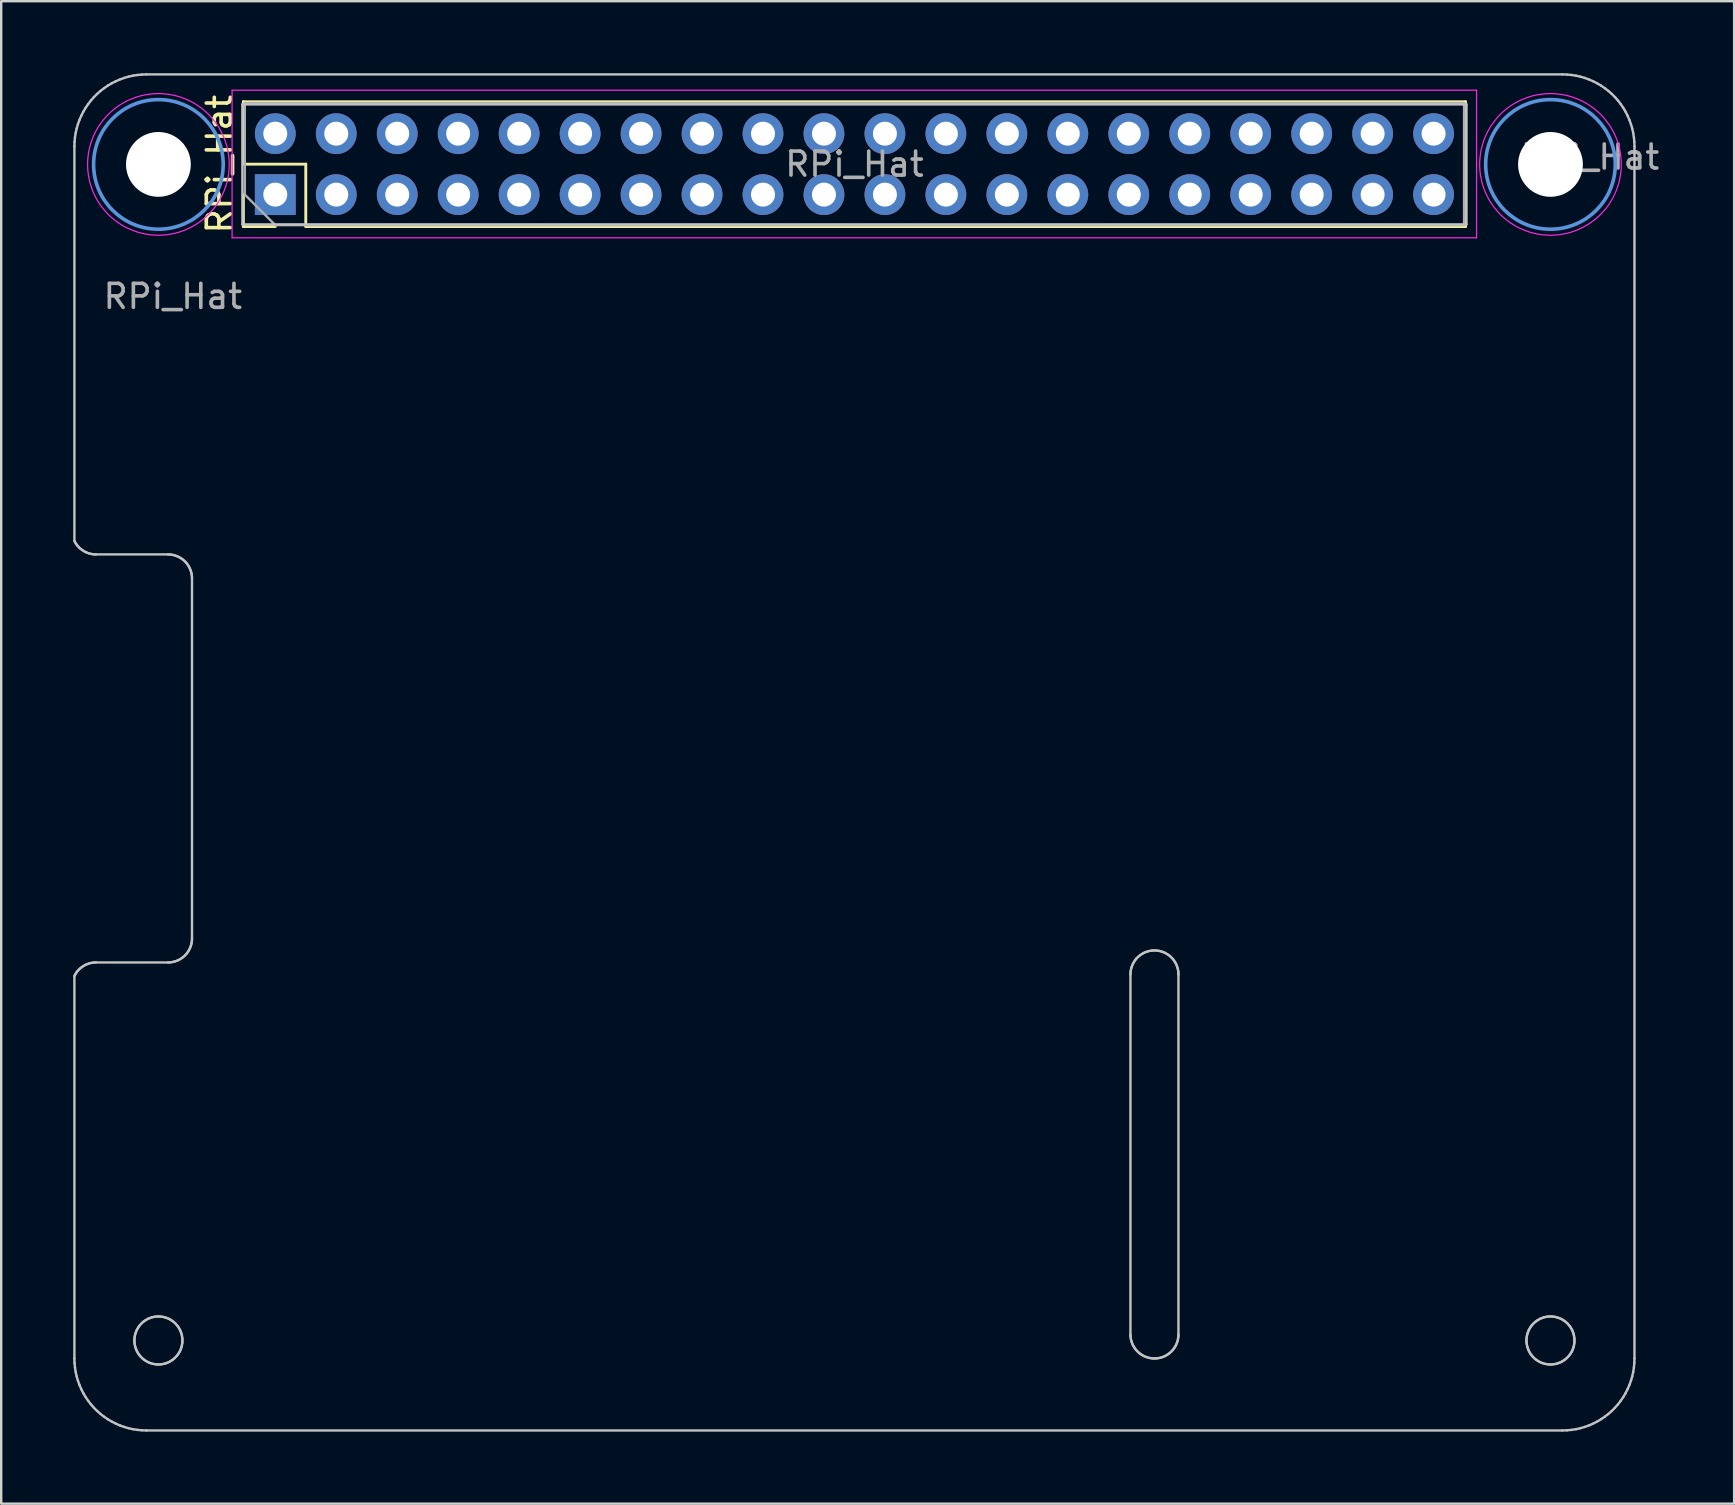
<source format=kicad_pcb>
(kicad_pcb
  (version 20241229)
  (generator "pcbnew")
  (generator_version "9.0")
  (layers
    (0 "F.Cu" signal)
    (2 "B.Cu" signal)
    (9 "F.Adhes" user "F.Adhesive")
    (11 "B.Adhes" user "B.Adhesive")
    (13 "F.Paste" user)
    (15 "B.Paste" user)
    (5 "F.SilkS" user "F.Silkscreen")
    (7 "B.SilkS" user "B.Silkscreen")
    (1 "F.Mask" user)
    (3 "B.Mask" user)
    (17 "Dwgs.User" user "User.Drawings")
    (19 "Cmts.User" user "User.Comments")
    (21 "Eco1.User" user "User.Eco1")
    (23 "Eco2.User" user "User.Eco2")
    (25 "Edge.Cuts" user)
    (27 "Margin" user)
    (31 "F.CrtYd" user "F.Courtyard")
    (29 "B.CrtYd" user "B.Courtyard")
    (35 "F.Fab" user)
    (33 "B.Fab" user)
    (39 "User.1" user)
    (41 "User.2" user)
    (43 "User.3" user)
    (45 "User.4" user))
  (footprint "RPi_Hat"
    (layer "F.Cu")
    (at 32.55 28.3)
    (property "Reference" "RPi_Hat" (at -26.46 -24.511 90) (layer "F.SilkS") (effects (font (size 1 1) (thickness 0.15))))
    (attr through_hole)
    (fp_line (start -25.46 -27.111) (end 25.46 -27.111) (stroke (width 0.12) (type solid)) (layer "F.SilkS"))
    (fp_line (start -25.46 -24.511) (end -25.46 -27.111) (stroke (width 0.12) (type solid)) (layer "F.SilkS"))
    (fp_line (start -25.46 -21.911) (end -25.46 -23.241) (stroke (width 0.12) (type solid)) (layer "F.SilkS"))
    (fp_line (start -24.13 -21.911) (end -25.46 -21.911) (stroke (width 0.12) (type solid)) (layer "F.SilkS"))
    (fp_line (start -22.86 -24.511) (end -25.46 -24.511) (stroke (width 0.12) (type solid)) (layer "F.SilkS"))
    (fp_line (start -22.86 -21.911) (end -22.86 -24.511) (stroke (width 0.12) (type solid)) (layer "F.SilkS"))
    (fp_line (start -22.86 -21.911) (end 25.46 -21.911) (stroke (width 0.12) (type solid)) (layer "F.SilkS"))
    (fp_line (start 25.46 -21.911) (end 25.46 -27.111) (stroke (width 0.12) (type solid)) (layer "F.SilkS"))
    (fp_line (start -32.5 -25.25) (end -32.494 -25.438) (stroke (width 0.1) (type solid)) (layer "Dwgs.User"))
    (fp_line (start -32.5 -8.814) (end -32.5 -25.25) (stroke (width 0.1) (type solid)) (layer "Dwgs.User"))
    (fp_line (start -32.5 9.314) (end -32.476 9.268) (stroke (width 0.1) (type solid)) (layer "Dwgs.User"))
    (fp_line (start -32.5 25.25) (end -32.5 9.314) (stroke (width 0.1) (type solid)) (layer "Dwgs.User"))
    (fp_line (start -32.494 -25.438) (end -32.476 -25.626) (stroke (width 0.1) (type solid)) (layer "Dwgs.User"))
    (fp_line (start -32.494 25.438) (end -32.5 25.25) (stroke (width 0.1) (type solid)) (layer "Dwgs.User"))
    (fp_line (start -32.476 -25.626) (end -32.447 -25.812) (stroke (width 0.1) (type solid)) (layer "Dwgs.User"))
    (fp_line (start -32.476 -8.768) (end -32.5 -8.814) (stroke (width 0.1) (type solid)) (layer "Dwgs.User"))
    (fp_line (start -32.476 9.268) (end -32.444 9.214) (stroke (width 0.1) (type solid)) (layer "Dwgs.User"))
    (fp_line (start -32.476 25.626) (end -32.494 25.438) (stroke (width 0.1) (type solid)) (layer "Dwgs.User"))
    (fp_line (start -32.447 -25.812) (end -32.406 -25.996) (stroke (width 0.1) (type solid)) (layer "Dwgs.User"))
    (fp_line (start -32.447 25.812) (end -32.476 25.626) (stroke (width 0.1) (type solid)) (layer "Dwgs.User"))
    (fp_line (start -32.444 -8.714) (end -32.476 -8.768) (stroke (width 0.1) (type solid)) (layer "Dwgs.User"))
    (fp_line (start -32.444 9.214) (end -32.409 9.162) (stroke (width 0.1) (type solid)) (layer "Dwgs.User"))
    (fp_line (start -32.409 -8.662) (end -32.444 -8.714) (stroke (width 0.1) (type solid)) (layer "Dwgs.User"))
    (fp_line (start -32.409 9.162) (end -32.371 9.113) (stroke (width 0.1) (type solid)) (layer "Dwgs.User"))
    (fp_line (start -32.406 -25.996) (end -32.353 -26.177) (stroke (width 0.1) (type solid)) (layer "Dwgs.User"))
    (fp_line (start -32.406 25.996) (end -32.447 25.812) (stroke (width 0.1) (type solid)) (layer "Dwgs.User"))
    (fp_line (start -32.371 -8.613) (end -32.409 -8.662) (stroke (width 0.1) (type solid)) (layer "Dwgs.User"))
    (fp_line (start -32.371 9.113) (end -32.329 9.065) (stroke (width 0.1) (type solid)) (layer "Dwgs.User"))
    (fp_line (start -32.353 -26.177) (end -32.289 -26.354) (stroke (width 0.1) (type solid)) (layer "Dwgs.User"))
    (fp_line (start -32.353 26.177) (end -32.406 25.996) (stroke (width 0.1) (type solid)) (layer "Dwgs.User"))
    (fp_line (start -32.329 -8.565) (end -32.371 -8.613) (stroke (width 0.1) (type solid)) (layer "Dwgs.User"))
    (fp_line (start -32.329 9.065) (end -32.285 9.021) (stroke (width 0.1) (type solid)) (layer "Dwgs.User"))
    (fp_line (start -32.289 -26.354) (end -32.214 -26.527) (stroke (width 0.1) (type solid)) (layer "Dwgs.User"))
    (fp_line (start -32.289 26.354) (end -32.353 26.177) (stroke (width 0.1) (type solid)) (layer "Dwgs.User"))
    (fp_line (start -32.285 -8.521) (end -32.329 -8.565) (stroke (width 0.1) (type solid)) (layer "Dwgs.User"))
    (fp_line (start -32.285 9.021) (end -32.237 8.979) (stroke (width 0.1) (type solid)) (layer "Dwgs.User"))
    (fp_line (start -32.237 -8.479) (end -32.285 -8.521) (stroke (width 0.1) (type solid)) (layer "Dwgs.User"))
    (fp_line (start -32.237 8.979) (end -32.188 8.941) (stroke (width 0.1) (type solid)) (layer "Dwgs.User"))
    (fp_line (start -32.214 -26.527) (end -32.129 -26.695) (stroke (width 0.1) (type solid)) (layer "Dwgs.User"))
    (fp_line (start -32.214 26.527) (end -32.289 26.354) (stroke (width 0.1) (type solid)) (layer "Dwgs.User"))
    (fp_line (start -32.188 -8.441) (end -32.237 -8.479) (stroke (width 0.1) (type solid)) (layer "Dwgs.User"))
    (fp_line (start -32.188 8.941) (end -32.136 8.906) (stroke (width 0.1) (type solid)) (layer "Dwgs.User"))
    (fp_line (start -32.136 -8.406) (end -32.188 -8.441) (stroke (width 0.1) (type solid)) (layer "Dwgs.User"))
    (fp_line (start -32.136 8.906) (end -32.082 8.874) (stroke (width 0.1) (type solid)) (layer "Dwgs.User"))
    (fp_line (start -32.129 -26.695) (end -32.033 -26.857) (stroke (width 0.1) (type solid)) (layer "Dwgs.User"))
    (fp_line (start -32.129 26.695) (end -32.214 26.527) (stroke (width 0.1) (type solid)) (layer "Dwgs.User"))
    (fp_line (start -32.082 -8.374) (end -32.136 -8.406) (stroke (width 0.1) (type solid)) (layer "Dwgs.User"))
    (fp_line (start -32.082 8.874) (end -32.026 8.845) (stroke (width 0.1) (type solid)) (layer "Dwgs.User"))
    (fp_line (start -32.033 -26.857) (end -31.927 -27.013) (stroke (width 0.1) (type solid)) (layer "Dwgs.User"))
    (fp_line (start -32.033 26.857) (end -32.129 26.695) (stroke (width 0.1) (type solid)) (layer "Dwgs.User"))
    (fp_line (start -32.026 -8.345) (end -32.082 -8.374) (stroke (width 0.1) (type solid)) (layer "Dwgs.User"))
    (fp_line (start -32.026 8.845) (end -31.968 8.82) (stroke (width 0.1) (type solid)) (layer "Dwgs.User"))
    (fp_line (start -31.968 -8.32) (end -32.026 -8.345) (stroke (width 0.1) (type solid)) (layer "Dwgs.User"))
    (fp_line (start -31.968 8.82) (end -31.909 8.799) (stroke (width 0.1) (type solid)) (layer "Dwgs.User"))
    (fp_line (start -31.927 -27.013) (end -31.812 -27.162) (stroke (width 0.1) (type solid)) (layer "Dwgs.User"))
    (fp_line (start -31.927 27.013) (end -32.033 26.857) (stroke (width 0.1) (type solid)) (layer "Dwgs.User"))
    (fp_line (start -31.909 -8.299) (end -31.968 -8.32) (stroke (width 0.1) (type solid)) (layer "Dwgs.User"))
    (fp_line (start -31.909 8.799) (end -31.849 8.781) (stroke (width 0.1) (type solid)) (layer "Dwgs.User"))
    (fp_line (start -31.849 -8.281) (end -31.909 -8.299) (stroke (width 0.1) (type solid)) (layer "Dwgs.User"))
    (fp_line (start -31.849 8.781) (end -31.787 8.768) (stroke (width 0.1) (type solid)) (layer "Dwgs.User"))
    (fp_line (start -31.812 -27.162) (end -31.687 -27.304) (stroke (width 0.1) (type solid)) (layer "Dwgs.User"))
    (fp_line (start -31.812 27.162) (end -31.927 27.013) (stroke (width 0.1) (type solid)) (layer "Dwgs.User"))
    (fp_line (start -31.787 -8.268) (end -31.849 -8.281) (stroke (width 0.1) (type solid)) (layer "Dwgs.User"))
    (fp_line (start -31.787 8.768) (end -31.725 8.758) (stroke (width 0.1) (type solid)) (layer "Dwgs.User"))
    (fp_line (start -31.725 -8.258) (end -31.787 -8.268) (stroke (width 0.1) (type solid)) (layer "Dwgs.User"))
    (fp_line (start -31.725 8.758) (end -31.663 8.752) (stroke (width 0.1) (type solid)) (layer "Dwgs.User"))
    (fp_line (start -31.687 -27.304) (end -31.554 -27.437) (stroke (width 0.1) (type solid)) (layer "Dwgs.User"))
    (fp_line (start -31.687 27.304) (end -31.812 27.162) (stroke (width 0.1) (type solid)) (layer "Dwgs.User"))
    (fp_line (start -31.663 -8.252) (end -31.725 -8.258) (stroke (width 0.1) (type solid)) (layer "Dwgs.User"))
    (fp_line (start -31.663 8.752) (end -31.6 8.75) (stroke (width 0.1) (type solid)) (layer "Dwgs.User"))
    (fp_line (start -31.6 -8.25) (end -31.663 -8.252) (stroke (width 0.1) (type solid)) (layer "Dwgs.User"))
    (fp_line (start -31.6 8.75) (end -28.6 8.75) (stroke (width 0.1) (type solid)) (layer "Dwgs.User"))
    (fp_line (start -31.554 -27.437) (end -31.412 -27.562) (stroke (width 0.1) (type solid)) (layer "Dwgs.User"))
    (fp_line (start -31.554 27.437) (end -31.687 27.304) (stroke (width 0.1) (type solid)) (layer "Dwgs.User"))
    (fp_line (start -31.412 -27.562) (end -31.263 -27.677) (stroke (width 0.1) (type solid)) (layer "Dwgs.User"))
    (fp_line (start -31.412 27.562) (end -31.554 27.437) (stroke (width 0.1) (type solid)) (layer "Dwgs.User"))
    (fp_line (start -31.263 -27.677) (end -31.107 -27.783) (stroke (width 0.1) (type solid)) (layer "Dwgs.User"))
    (fp_line (start -31.263 27.677) (end -31.412 27.562) (stroke (width 0.1) (type solid)) (layer "Dwgs.User"))
    (fp_line (start -31.107 -27.783) (end -30.945 -27.879) (stroke (width 0.1) (type solid)) (layer "Dwgs.User"))
    (fp_line (start -31.107 27.783) (end -31.263 27.677) (stroke (width 0.1) (type solid)) (layer "Dwgs.User"))
    (fp_line (start -30.945 -27.879) (end -30.777 -27.964) (stroke (width 0.1) (type solid)) (layer "Dwgs.User"))
    (fp_line (start -30.945 27.879) (end -31.107 27.783) (stroke (width 0.1) (type solid)) (layer "Dwgs.User"))
    (fp_line (start -30.777 -27.964) (end -30.604 -28.039) (stroke (width 0.1) (type solid)) (layer "Dwgs.User"))
    (fp_line (start -30.777 27.964) (end -30.945 27.879) (stroke (width 0.1) (type solid)) (layer "Dwgs.User"))
    (fp_line (start -30.604 -28.039) (end -30.427 -28.103) (stroke (width 0.1) (type solid)) (layer "Dwgs.User"))
    (fp_line (start -30.604 28.039) (end -30.777 27.964) (stroke (width 0.1) (type solid)) (layer "Dwgs.User"))
    (fp_line (start -30.427 -28.103) (end -30.246 -28.156) (stroke (width 0.1) (type solid)) (layer "Dwgs.User"))
    (fp_line (start -30.427 28.103) (end -30.604 28.039) (stroke (width 0.1) (type solid)) (layer "Dwgs.User"))
    (fp_line (start -30.246 -28.156) (end -30.062 -28.197) (stroke (width 0.1) (type solid)) (layer "Dwgs.User"))
    (fp_line (start -30.246 28.156) (end -30.427 28.103) (stroke (width 0.1) (type solid)) (layer "Dwgs.User"))
    (fp_line (start -30.062 -28.197) (end -29.876 -28.226) (stroke (width 0.1) (type solid)) (layer "Dwgs.User"))
    (fp_line (start -30.062 28.197) (end -30.246 28.156) (stroke (width 0.1) (type solid)) (layer "Dwgs.User"))
    (fp_line (start -30 -24.5) (end -29.998 -24.563) (stroke (width 0.1) (type solid)) (layer "Dwgs.User"))
    (fp_line (start -30 24.5) (end -29.998 24.437) (stroke (width 0.1) (type solid)) (layer "Dwgs.User"))
    (fp_line (start -29.998 -24.563) (end -29.992 -24.625) (stroke (width 0.1) (type solid)) (layer "Dwgs.User"))
    (fp_line (start -29.998 -24.437) (end -30 -24.5) (stroke (width 0.1) (type solid)) (layer "Dwgs.User"))
    (fp_line (start -29.998 24.437) (end -29.992 24.375) (stroke (width 0.1) (type solid)) (layer "Dwgs.User"))
    (fp_line (start -29.998 24.563) (end -30 24.5) (stroke (width 0.1) (type solid)) (layer "Dwgs.User"))
    (fp_line (start -29.992 -24.625) (end -29.982 -24.687) (stroke (width 0.1) (type solid)) (layer "Dwgs.User"))
    (fp_line (start -29.992 -24.375) (end -29.998 -24.437) (stroke (width 0.1) (type solid)) (layer "Dwgs.User"))
    (fp_line (start -29.992 24.375) (end -29.982 24.313) (stroke (width 0.1) (type solid)) (layer "Dwgs.User"))
    (fp_line (start -29.992 24.625) (end -29.998 24.563) (stroke (width 0.1) (type solid)) (layer "Dwgs.User"))
    (fp_line (start -29.982 -24.687) (end -29.969 -24.749) (stroke (width 0.1) (type solid)) (layer "Dwgs.User"))
    (fp_line (start -29.982 -24.313) (end -29.992 -24.375) (stroke (width 0.1) (type solid)) (layer "Dwgs.User"))
    (fp_line (start -29.982 24.313) (end -29.969 24.251) (stroke (width 0.1) (type solid)) (layer "Dwgs.User"))
    (fp_line (start -29.982 24.687) (end -29.992 24.625) (stroke (width 0.1) (type solid)) (layer "Dwgs.User"))
    (fp_line (start -29.969 -24.749) (end -29.951 -24.809) (stroke (width 0.1) (type solid)) (layer "Dwgs.User"))
    (fp_line (start -29.969 -24.251) (end -29.982 -24.313) (stroke (width 0.1) (type solid)) (layer "Dwgs.User"))
    (fp_line (start -29.969 24.251) (end -29.951 24.191) (stroke (width 0.1) (type solid)) (layer "Dwgs.User"))
    (fp_line (start -29.969 24.749) (end -29.982 24.687) (stroke (width 0.1) (type solid)) (layer "Dwgs.User"))
    (fp_line (start -29.951 -24.809) (end -29.93 -24.868) (stroke (width 0.1) (type solid)) (layer "Dwgs.User"))
    (fp_line (start -29.951 -24.191) (end -29.969 -24.251) (stroke (width 0.1) (type solid)) (layer "Dwgs.User"))
    (fp_line (start -29.951 24.191) (end -29.93 24.132) (stroke (width 0.1) (type solid)) (layer "Dwgs.User"))
    (fp_line (start -29.951 24.809) (end -29.969 24.749) (stroke (width 0.1) (type solid)) (layer "Dwgs.User"))
    (fp_line (start -29.93 -24.868) (end -29.905 -24.926) (stroke (width 0.1) (type solid)) (layer "Dwgs.User"))
    (fp_line (start -29.93 -24.132) (end -29.951 -24.191) (stroke (width 0.1) (type solid)) (layer "Dwgs.User"))
    (fp_line (start -29.93 24.132) (end -29.905 24.074) (stroke (width 0.1) (type solid)) (layer "Dwgs.User"))
    (fp_line (start -29.93 24.868) (end -29.951 24.809) (stroke (width 0.1) (type solid)) (layer "Dwgs.User"))
    (fp_line (start -29.905 -24.926) (end -29.876 -24.982) (stroke (width 0.1) (type solid)) (layer "Dwgs.User"))
    (fp_line (start -29.905 -24.074) (end -29.93 -24.132) (stroke (width 0.1) (type solid)) (layer "Dwgs.User"))
    (fp_line (start -29.905 24.074) (end -29.876 24.018) (stroke (width 0.1) (type solid)) (layer "Dwgs.User"))
    (fp_line (start -29.905 24.926) (end -29.93 24.868) (stroke (width 0.1) (type solid)) (layer "Dwgs.User"))
    (fp_line (start -29.876 -28.226) (end -29.688 -28.244) (stroke (width 0.1) (type solid)) (layer "Dwgs.User"))
    (fp_line (start -29.876 -24.982) (end -29.844 -25.036) (stroke (width 0.1) (type solid)) (layer "Dwgs.User"))
    (fp_line (start -29.876 -24.018) (end -29.905 -24.074) (stroke (width 0.1) (type solid)) (layer "Dwgs.User"))
    (fp_line (start -29.876 24.018) (end -29.844 23.964) (stroke (width 0.1) (type solid)) (layer "Dwgs.User"))
    (fp_line (start -29.876 24.982) (end -29.905 24.926) (stroke (width 0.1) (type solid)) (layer "Dwgs.User"))
    (fp_line (start -29.876 28.226) (end -30.062 28.197) (stroke (width 0.1) (type solid)) (layer "Dwgs.User"))
    (fp_line (start -29.844 -25.036) (end -29.809 -25.088) (stroke (width 0.1) (type solid)) (layer "Dwgs.User"))
    (fp_line (start -29.844 -23.964) (end -29.876 -24.018) (stroke (width 0.1) (type solid)) (layer "Dwgs.User"))
    (fp_line (start -29.844 23.964) (end -29.809 23.912) (stroke (width 0.1) (type solid)) (layer "Dwgs.User"))
    (fp_line (start -29.844 25.036) (end -29.876 24.982) (stroke (width 0.1) (type solid)) (layer "Dwgs.User"))
    (fp_line (start -29.809 -25.088) (end -29.771 -25.137) (stroke (width 0.1) (type solid)) (layer "Dwgs.User"))
    (fp_line (start -29.809 -23.912) (end -29.844 -23.964) (stroke (width 0.1) (type solid)) (layer "Dwgs.User"))
    (fp_line (start -29.809 23.912) (end -29.771 23.863) (stroke (width 0.1) (type solid)) (layer "Dwgs.User"))
    (fp_line (start -29.809 25.088) (end -29.844 25.036) (stroke (width 0.1) (type solid)) (layer "Dwgs.User"))
    (fp_line (start -29.771 -25.137) (end -29.729 -25.185) (stroke (width 0.1) (type solid)) (layer "Dwgs.User"))
    (fp_line (start -29.771 -23.863) (end -29.809 -23.912) (stroke (width 0.1) (type solid)) (layer "Dwgs.User"))
    (fp_line (start -29.771 23.863) (end -29.729 23.815) (stroke (width 0.1) (type solid)) (layer "Dwgs.User"))
    (fp_line (start -29.771 25.137) (end -29.809 25.088) (stroke (width 0.1) (type solid)) (layer "Dwgs.User"))
    (fp_line (start -29.729 -25.185) (end -29.685 -25.229) (stroke (width 0.1) (type solid)) (layer "Dwgs.User"))
    (fp_line (start -29.729 -23.815) (end -29.771 -23.863) (stroke (width 0.1) (type solid)) (layer "Dwgs.User"))
    (fp_line (start -29.729 23.815) (end -29.685 23.771) (stroke (width 0.1) (type solid)) (layer "Dwgs.User"))
    (fp_line (start -29.729 25.185) (end -29.771 25.137) (stroke (width 0.1) (type solid)) (layer "Dwgs.User"))
    (fp_line (start -29.688 -28.244) (end -29.5 -28.25) (stroke (width 0.1) (type solid)) (layer "Dwgs.User"))
    (fp_line (start -29.688 28.244) (end -29.876 28.226) (stroke (width 0.1) (type solid)) (layer "Dwgs.User"))
    (fp_line (start -29.685 -25.229) (end -29.637 -25.271) (stroke (width 0.1) (type solid)) (layer "Dwgs.User"))
    (fp_line (start -29.685 -23.771) (end -29.729 -23.815) (stroke (width 0.1) (type solid)) (layer "Dwgs.User"))
    (fp_line (start -29.685 23.771) (end -29.637 23.729) (stroke (width 0.1) (type solid)) (layer "Dwgs.User"))
    (fp_line (start -29.685 25.229) (end -29.729 25.185) (stroke (width 0.1) (type solid)) (layer "Dwgs.User"))
    (fp_line (start -29.637 -25.271) (end -29.588 -25.309) (stroke (width 0.1) (type solid)) (layer "Dwgs.User"))
    (fp_line (start -29.637 -23.729) (end -29.685 -23.771) (stroke (width 0.1) (type solid)) (layer "Dwgs.User"))
    (fp_line (start -29.637 23.729) (end -29.588 23.691) (stroke (width 0.1) (type solid)) (layer "Dwgs.User"))
    (fp_line (start -29.637 25.271) (end -29.685 25.229) (stroke (width 0.1) (type solid)) (layer "Dwgs.User"))
    (fp_line (start -29.588 -25.309) (end -29.536 -25.344) (stroke (width 0.1) (type solid)) (layer "Dwgs.User"))
    (fp_line (start -29.588 -23.691) (end -29.637 -23.729) (stroke (width 0.1) (type solid)) (layer "Dwgs.User"))
    (fp_line (start -29.588 23.691) (end -29.536 23.656) (stroke (width 0.1) (type solid)) (layer "Dwgs.User"))
    (fp_line (start -29.588 25.309) (end -29.637 25.271) (stroke (width 0.1) (type solid)) (layer "Dwgs.User"))
    (fp_line (start -29.536 -25.344) (end -29.482 -25.376) (stroke (width 0.1) (type solid)) (layer "Dwgs.User"))
    (fp_line (start -29.536 -23.656) (end -29.588 -23.691) (stroke (width 0.1) (type solid)) (layer "Dwgs.User"))
    (fp_line (start -29.536 23.656) (end -29.482 23.624) (stroke (width 0.1) (type solid)) (layer "Dwgs.User"))
    (fp_line (start -29.536 25.344) (end -29.588 25.309) (stroke (width 0.1) (type solid)) (layer "Dwgs.User"))
    (fp_line (start -29.5 -28.25) (end 29.5 -28.25) (stroke (width 0.1) (type solid)) (layer "Dwgs.User"))
    (fp_line (start -29.5 28.25) (end -29.688 28.244) (stroke (width 0.1) (type solid)) (layer "Dwgs.User"))
    (fp_line (start -29.482 -25.376) (end -29.426 -25.405) (stroke (width 0.1) (type solid)) (layer "Dwgs.User"))
    (fp_line (start -29.482 -23.624) (end -29.536 -23.656) (stroke (width 0.1) (type solid)) (layer "Dwgs.User"))
    (fp_line (start -29.482 23.624) (end -29.426 23.595) (stroke (width 0.1) (type solid)) (layer "Dwgs.User"))
    (fp_line (start -29.482 25.376) (end -29.536 25.344) (stroke (width 0.1) (type solid)) (layer "Dwgs.User"))
    (fp_line (start -29.426 -25.405) (end -29.368 -25.43) (stroke (width 0.1) (type solid)) (layer "Dwgs.User"))
    (fp_line (start -29.426 -23.595) (end -29.482 -23.624) (stroke (width 0.1) (type solid)) (layer "Dwgs.User"))
    (fp_line (start -29.426 23.595) (end -29.368 23.57) (stroke (width 0.1) (type solid)) (layer "Dwgs.User"))
    (fp_line (start -29.426 25.405) (end -29.482 25.376) (stroke (width 0.1) (type solid)) (layer "Dwgs.User"))
    (fp_line (start -29.368 -25.43) (end -29.309 -25.451) (stroke (width 0.1) (type solid)) (layer "Dwgs.User"))
    (fp_line (start -29.368 -23.57) (end -29.426 -23.595) (stroke (width 0.1) (type solid)) (layer "Dwgs.User"))
    (fp_line (start -29.368 23.57) (end -29.309 23.549) (stroke (width 0.1) (type solid)) (layer "Dwgs.User"))
    (fp_line (start -29.368 25.43) (end -29.426 25.405) (stroke (width 0.1) (type solid)) (layer "Dwgs.User"))
    (fp_line (start -29.309 -25.451) (end -29.249 -25.469) (stroke (width 0.1) (type solid)) (layer "Dwgs.User"))
    (fp_line (start -29.309 -23.549) (end -29.368 -23.57) (stroke (width 0.1) (type solid)) (layer "Dwgs.User"))
    (fp_line (start -29.309 23.549) (end -29.249 23.531) (stroke (width 0.1) (type solid)) (layer "Dwgs.User"))
    (fp_line (start -29.309 25.451) (end -29.368 25.43) (stroke (width 0.1) (type solid)) (layer "Dwgs.User"))
    (fp_line (start -29.249 -25.469) (end -29.187 -25.482) (stroke (width 0.1) (type solid)) (layer "Dwgs.User"))
    (fp_line (start -29.249 -23.531) (end -29.309 -23.549) (stroke (width 0.1) (type solid)) (layer "Dwgs.User"))
    (fp_line (start -29.249 23.531) (end -29.187 23.518) (stroke (width 0.1) (type solid)) (layer "Dwgs.User"))
    (fp_line (start -29.249 25.469) (end -29.309 25.451) (stroke (width 0.1) (type solid)) (layer "Dwgs.User"))
    (fp_line (start -29.187 -25.482) (end -29.125 -25.492) (stroke (width 0.1) (type solid)) (layer "Dwgs.User"))
    (fp_line (start -29.187 -23.518) (end -29.249 -23.531) (stroke (width 0.1) (type solid)) (layer "Dwgs.User"))
    (fp_line (start -29.187 23.518) (end -29.125 23.508) (stroke (width 0.1) (type solid)) (layer "Dwgs.User"))
    (fp_line (start -29.187 25.482) (end -29.249 25.469) (stroke (width 0.1) (type solid)) (layer "Dwgs.User"))
    (fp_line (start -29.125 -25.492) (end -29.063 -25.498) (stroke (width 0.1) (type solid)) (layer "Dwgs.User"))
    (fp_line (start -29.125 -23.508) (end -29.187 -23.518) (stroke (width 0.1) (type solid)) (layer "Dwgs.User"))
    (fp_line (start -29.125 23.508) (end -29.063 23.502) (stroke (width 0.1) (type solid)) (layer "Dwgs.User"))
    (fp_line (start -29.125 25.492) (end -29.187 25.482) (stroke (width 0.1) (type solid)) (layer "Dwgs.User"))
    (fp_line (start -29.063 -25.498) (end -29 -25.5) (stroke (width 0.1) (type solid)) (layer "Dwgs.User"))
    (fp_line (start -29.063 -23.502) (end -29.125 -23.508) (stroke (width 0.1) (type solid)) (layer "Dwgs.User"))
    (fp_line (start -29.063 23.502) (end -29 23.5) (stroke (width 0.1) (type solid)) (layer "Dwgs.User"))
    (fp_line (start -29.063 25.498) (end -29.125 25.492) (stroke (width 0.1) (type solid)) (layer "Dwgs.User"))
    (fp_line (start -29 -25.5) (end -28.937 -25.498) (stroke (width 0.1) (type solid)) (layer "Dwgs.User"))
    (fp_line (start -29 -23.5) (end -29.063 -23.502) (stroke (width 0.1) (type solid)) (layer "Dwgs.User"))
    (fp_line (start -29 23.5) (end -28.937 23.502) (stroke (width 0.1) (type solid)) (layer "Dwgs.User"))
    (fp_line (start -29 25.5) (end -29.063 25.498) (stroke (width 0.1) (type solid)) (layer "Dwgs.User"))
    (fp_line (start -28.937 -25.498) (end -28.875 -25.492) (stroke (width 0.1) (type solid)) (layer "Dwgs.User"))
    (fp_line (start -28.937 -23.502) (end -29 -23.5) (stroke (width 0.1) (type solid)) (layer "Dwgs.User"))
    (fp_line (start -28.937 23.502) (end -28.875 23.508) (stroke (width 0.1) (type solid)) (layer "Dwgs.User"))
    (fp_line (start -28.937 25.498) (end -29 25.5) (stroke (width 0.1) (type solid)) (layer "Dwgs.User"))
    (fp_line (start -28.875 -25.492) (end -28.813 -25.482) (stroke (width 0.1) (type solid)) (layer "Dwgs.User"))
    (fp_line (start -28.875 -23.508) (end -28.937 -23.502) (stroke (width 0.1) (type solid)) (layer "Dwgs.User"))
    (fp_line (start -28.875 23.508) (end -28.813 23.518) (stroke (width 0.1) (type solid)) (layer "Dwgs.User"))
    (fp_line (start -28.875 25.492) (end -28.937 25.498) (stroke (width 0.1) (type solid)) (layer "Dwgs.User"))
    (fp_line (start -28.813 -25.482) (end -28.751 -25.469) (stroke (width 0.1) (type solid)) (layer "Dwgs.User"))
    (fp_line (start -28.813 -23.518) (end -28.875 -23.508) (stroke (width 0.1) (type solid)) (layer "Dwgs.User"))
    (fp_line (start -28.813 23.518) (end -28.751 23.531) (stroke (width 0.1) (type solid)) (layer "Dwgs.User"))
    (fp_line (start -28.813 25.482) (end -28.875 25.492) (stroke (width 0.1) (type solid)) (layer "Dwgs.User"))
    (fp_line (start -28.751 -25.469) (end -28.691 -25.451) (stroke (width 0.1) (type solid)) (layer "Dwgs.User"))
    (fp_line (start -28.751 -23.531) (end -28.813 -23.518) (stroke (width 0.1) (type solid)) (layer "Dwgs.User"))
    (fp_line (start -28.751 23.531) (end -28.691 23.549) (stroke (width 0.1) (type solid)) (layer "Dwgs.User"))
    (fp_line (start -28.751 25.469) (end -28.813 25.482) (stroke (width 0.1) (type solid)) (layer "Dwgs.User"))
    (fp_line (start -28.691 -25.451) (end -28.632 -25.43) (stroke (width 0.1) (type solid)) (layer "Dwgs.User"))
    (fp_line (start -28.691 -23.549) (end -28.751 -23.531) (stroke (width 0.1) (type solid)) (layer "Dwgs.User"))
    (fp_line (start -28.691 23.549) (end -28.632 23.57) (stroke (width 0.1) (type solid)) (layer "Dwgs.User"))
    (fp_line (start -28.691 25.451) (end -28.751 25.469) (stroke (width 0.1) (type solid)) (layer "Dwgs.User"))
    (fp_line (start -28.632 -25.43) (end -28.574 -25.405) (stroke (width 0.1) (type solid)) (layer "Dwgs.User"))
    (fp_line (start -28.632 -23.57) (end -28.691 -23.549) (stroke (width 0.1) (type solid)) (layer "Dwgs.User"))
    (fp_line (start -28.632 23.57) (end -28.574 23.595) (stroke (width 0.1) (type solid)) (layer "Dwgs.User"))
    (fp_line (start -28.632 25.43) (end -28.691 25.451) (stroke (width 0.1) (type solid)) (layer "Dwgs.User"))
    (fp_line (start -28.6 -8.25) (end -31.6 -8.25) (stroke (width 0.1) (type solid)) (layer "Dwgs.User"))
    (fp_line (start -28.6 8.75) (end -28.537 8.748) (stroke (width 0.1) (type solid)) (layer "Dwgs.User"))
    (fp_line (start -28.574 -25.405) (end -28.518 -25.376) (stroke (width 0.1) (type solid)) (layer "Dwgs.User"))
    (fp_line (start -28.574 -23.595) (end -28.632 -23.57) (stroke (width 0.1) (type solid)) (layer "Dwgs.User"))
    (fp_line (start -28.574 23.595) (end -28.518 23.624) (stroke (width 0.1) (type solid)) (layer "Dwgs.User"))
    (fp_line (start -28.574 25.405) (end -28.632 25.43) (stroke (width 0.1) (type solid)) (layer "Dwgs.User"))
    (fp_line (start -28.537 -8.248) (end -28.6 -8.25) (stroke (width 0.1) (type solid)) (layer "Dwgs.User"))
    (fp_line (start -28.537 8.748) (end -28.475 8.742) (stroke (width 0.1) (type solid)) (layer "Dwgs.User"))
    (fp_line (start -28.518 -25.376) (end -28.464 -25.344) (stroke (width 0.1) (type solid)) (layer "Dwgs.User"))
    (fp_line (start -28.518 -23.624) (end -28.574 -23.595) (stroke (width 0.1) (type solid)) (layer "Dwgs.User"))
    (fp_line (start -28.518 23.624) (end -28.464 23.656) (stroke (width 0.1) (type solid)) (layer "Dwgs.User"))
    (fp_line (start -28.518 25.376) (end -28.574 25.405) (stroke (width 0.1) (type solid)) (layer "Dwgs.User"))
    (fp_line (start -28.475 -8.242) (end -28.537 -8.248) (stroke (width 0.1) (type solid)) (layer "Dwgs.User"))
    (fp_line (start -28.475 8.742) (end -28.413 8.732) (stroke (width 0.1) (type solid)) (layer "Dwgs.User"))
    (fp_line (start -28.464 -25.344) (end -28.412 -25.309) (stroke (width 0.1) (type solid)) (layer "Dwgs.User"))
    (fp_line (start -28.464 -23.656) (end -28.518 -23.624) (stroke (width 0.1) (type solid)) (layer "Dwgs.User"))
    (fp_line (start -28.464 23.656) (end -28.412 23.691) (stroke (width 0.1) (type solid)) (layer "Dwgs.User"))
    (fp_line (start -28.464 25.344) (end -28.518 25.376) (stroke (width 0.1) (type solid)) (layer "Dwgs.User"))
    (fp_line (start -28.413 -8.232) (end -28.475 -8.242) (stroke (width 0.1) (type solid)) (layer "Dwgs.User"))
    (fp_line (start -28.413 8.732) (end -28.351 8.719) (stroke (width 0.1) (type solid)) (layer "Dwgs.User"))
    (fp_line (start -28.412 -25.309) (end -28.363 -25.271) (stroke (width 0.1) (type solid)) (layer "Dwgs.User"))
    (fp_line (start -28.412 -23.691) (end -28.464 -23.656) (stroke (width 0.1) (type solid)) (layer "Dwgs.User"))
    (fp_line (start -28.412 23.691) (end -28.363 23.729) (stroke (width 0.1) (type solid)) (layer "Dwgs.User"))
    (fp_line (start -28.412 25.309) (end -28.464 25.344) (stroke (width 0.1) (type solid)) (layer "Dwgs.User"))
    (fp_line (start -28.363 -25.271) (end -28.315 -25.229) (stroke (width 0.1) (type solid)) (layer "Dwgs.User"))
    (fp_line (start -28.363 -23.729) (end -28.412 -23.691) (stroke (width 0.1) (type solid)) (layer "Dwgs.User"))
    (fp_line (start -28.363 23.729) (end -28.315 23.771) (stroke (width 0.1) (type solid)) (layer "Dwgs.User"))
    (fp_line (start -28.363 25.271) (end -28.412 25.309) (stroke (width 0.1) (type solid)) (layer "Dwgs.User"))
    (fp_line (start -28.351 -8.219) (end -28.413 -8.232) (stroke (width 0.1) (type solid)) (layer "Dwgs.User"))
    (fp_line (start -28.351 8.719) (end -28.291 8.701) (stroke (width 0.1) (type solid)) (layer "Dwgs.User"))
    (fp_line (start -28.315 -25.229) (end -28.271 -25.185) (stroke (width 0.1) (type solid)) (layer "Dwgs.User"))
    (fp_line (start -28.315 -23.771) (end -28.363 -23.729) (stroke (width 0.1) (type solid)) (layer "Dwgs.User"))
    (fp_line (start -28.315 23.771) (end -28.271 23.815) (stroke (width 0.1) (type solid)) (layer "Dwgs.User"))
    (fp_line (start -28.315 25.229) (end -28.363 25.271) (stroke (width 0.1) (type solid)) (layer "Dwgs.User"))
    (fp_line (start -28.291 -8.201) (end -28.351 -8.219) (stroke (width 0.1) (type solid)) (layer "Dwgs.User"))
    (fp_line (start -28.291 8.701) (end -28.232 8.68) (stroke (width 0.1) (type solid)) (layer "Dwgs.User"))
    (fp_line (start -28.271 -25.185) (end -28.229 -25.137) (stroke (width 0.1) (type solid)) (layer "Dwgs.User"))
    (fp_line (start -28.271 -23.815) (end -28.315 -23.771) (stroke (width 0.1) (type solid)) (layer "Dwgs.User"))
    (fp_line (start -28.271 23.815) (end -28.229 23.863) (stroke (width 0.1) (type solid)) (layer "Dwgs.User"))
    (fp_line (start -28.271 25.185) (end -28.315 25.229) (stroke (width 0.1) (type solid)) (layer "Dwgs.User"))
    (fp_line (start -28.232 -8.18) (end -28.291 -8.201) (stroke (width 0.1) (type solid)) (layer "Dwgs.User"))
    (fp_line (start -28.232 8.68) (end -28.174 8.655) (stroke (width 0.1) (type solid)) (layer "Dwgs.User"))
    (fp_line (start -28.229 -25.137) (end -28.191 -25.088) (stroke (width 0.1) (type solid)) (layer "Dwgs.User"))
    (fp_line (start -28.229 -23.863) (end -28.271 -23.815) (stroke (width 0.1) (type solid)) (layer "Dwgs.User"))
    (fp_line (start -28.229 23.863) (end -28.191 23.912) (stroke (width 0.1) (type solid)) (layer "Dwgs.User"))
    (fp_line (start -28.229 25.137) (end -28.271 25.185) (stroke (width 0.1) (type solid)) (layer "Dwgs.User"))
    (fp_line (start -28.191 -25.088) (end -28.156 -25.036) (stroke (width 0.1) (type solid)) (layer "Dwgs.User"))
    (fp_line (start -28.191 -23.912) (end -28.229 -23.863) (stroke (width 0.1) (type solid)) (layer "Dwgs.User"))
    (fp_line (start -28.191 23.912) (end -28.156 23.964) (stroke (width 0.1) (type solid)) (layer "Dwgs.User"))
    (fp_line (start -28.191 25.088) (end -28.229 25.137) (stroke (width 0.1) (type solid)) (layer "Dwgs.User"))
    (fp_line (start -28.174 -8.155) (end -28.232 -8.18) (stroke (width 0.1) (type solid)) (layer "Dwgs.User"))
    (fp_line (start -28.174 8.655) (end -28.118 8.626) (stroke (width 0.1) (type solid)) (layer "Dwgs.User"))
    (fp_line (start -28.156 -25.036) (end -28.124 -24.982) (stroke (width 0.1) (type solid)) (layer "Dwgs.User"))
    (fp_line (start -28.156 -23.964) (end -28.191 -23.912) (stroke (width 0.1) (type solid)) (layer "Dwgs.User"))
    (fp_line (start -28.156 23.964) (end -28.124 24.018) (stroke (width 0.1) (type solid)) (layer "Dwgs.User"))
    (fp_line (start -28.156 25.036) (end -28.191 25.088) (stroke (width 0.1) (type solid)) (layer "Dwgs.User"))
    (fp_line (start -28.124 -24.982) (end -28.095 -24.926) (stroke (width 0.1) (type solid)) (layer "Dwgs.User"))
    (fp_line (start -28.124 -24.018) (end -28.156 -23.964) (stroke (width 0.1) (type solid)) (layer "Dwgs.User"))
    (fp_line (start -28.124 24.018) (end -28.095 24.074) (stroke (width 0.1) (type solid)) (layer "Dwgs.User"))
    (fp_line (start -28.124 24.982) (end -28.156 25.036) (stroke (width 0.1) (type solid)) (layer "Dwgs.User"))
    (fp_line (start -28.118 -8.126) (end -28.174 -8.155) (stroke (width 0.1) (type solid)) (layer "Dwgs.User"))
    (fp_line (start -28.118 8.626) (end -28.064 8.594) (stroke (width 0.1) (type solid)) (layer "Dwgs.User"))
    (fp_line (start -28.095 -24.926) (end -28.07 -24.868) (stroke (width 0.1) (type solid)) (layer "Dwgs.User"))
    (fp_line (start -28.095 -24.074) (end -28.124 -24.018) (stroke (width 0.1) (type solid)) (layer "Dwgs.User"))
    (fp_line (start -28.095 24.074) (end -28.07 24.132) (stroke (width 0.1) (type solid)) (layer "Dwgs.User"))
    (fp_line (start -28.095 24.926) (end -28.124 24.982) (stroke (width 0.1) (type solid)) (layer "Dwgs.User"))
    (fp_line (start -28.07 -24.868) (end -28.049 -24.809) (stroke (width 0.1) (type solid)) (layer "Dwgs.User"))
    (fp_line (start -28.07 -24.132) (end -28.095 -24.074) (stroke (width 0.1) (type solid)) (layer "Dwgs.User"))
    (fp_line (start -28.07 24.132) (end -28.049 24.191) (stroke (width 0.1) (type solid)) (layer "Dwgs.User"))
    (fp_line (start -28.07 24.868) (end -28.095 24.926) (stroke (width 0.1) (type solid)) (layer "Dwgs.User"))
    (fp_line (start -28.064 -8.094) (end -28.118 -8.126) (stroke (width 0.1) (type solid)) (layer "Dwgs.User"))
    (fp_line (start -28.064 8.594) (end -28.012 8.559) (stroke (width 0.1) (type solid)) (layer "Dwgs.User"))
    (fp_line (start -28.049 -24.809) (end -28.031 -24.749) (stroke (width 0.1) (type solid)) (layer "Dwgs.User"))
    (fp_line (start -28.049 -24.191) (end -28.07 -24.132) (stroke (width 0.1) (type solid)) (layer "Dwgs.User"))
    (fp_line (start -28.049 24.191) (end -28.031 24.251) (stroke (width 0.1) (type solid)) (layer "Dwgs.User"))
    (fp_line (start -28.049 24.809) (end -28.07 24.868) (stroke (width 0.1) (type solid)) (layer "Dwgs.User"))
    (fp_line (start -28.031 -24.749) (end -28.018 -24.687) (stroke (width 0.1) (type solid)) (layer "Dwgs.User"))
    (fp_line (start -28.031 -24.251) (end -28.049 -24.191) (stroke (width 0.1) (type solid)) (layer "Dwgs.User"))
    (fp_line (start -28.031 24.251) (end -28.018 24.313) (stroke (width 0.1) (type solid)) (layer "Dwgs.User"))
    (fp_line (start -28.031 24.749) (end -28.049 24.809) (stroke (width 0.1) (type solid)) (layer "Dwgs.User"))
    (fp_line (start -28.018 -24.687) (end -28.008 -24.625) (stroke (width 0.1) (type solid)) (layer "Dwgs.User"))
    (fp_line (start -28.018 -24.313) (end -28.031 -24.251) (stroke (width 0.1) (type solid)) (layer "Dwgs.User"))
    (fp_line (start -28.018 24.313) (end -28.008 24.375) (stroke (width 0.1) (type solid)) (layer "Dwgs.User"))
    (fp_line (start -28.018 24.687) (end -28.031 24.749) (stroke (width 0.1) (type solid)) (layer "Dwgs.User"))
    (fp_line (start -28.012 -8.059) (end -28.064 -8.094) (stroke (width 0.1) (type solid)) (layer "Dwgs.User"))
    (fp_line (start -28.012 8.559) (end -27.963 8.521) (stroke (width 0.1) (type solid)) (layer "Dwgs.User"))
    (fp_line (start -28.008 -24.625) (end -28.002 -24.563) (stroke (width 0.1) (type solid)) (layer "Dwgs.User"))
    (fp_line (start -28.008 -24.375) (end -28.018 -24.313) (stroke (width 0.1) (type solid)) (layer "Dwgs.User"))
    (fp_line (start -28.008 24.375) (end -28.002 24.437) (stroke (width 0.1) (type solid)) (layer "Dwgs.User"))
    (fp_line (start -28.008 24.625) (end -28.018 24.687) (stroke (width 0.1) (type solid)) (layer "Dwgs.User"))
    (fp_line (start -28.002 -24.563) (end -28 -24.5) (stroke (width 0.1) (type solid)) (layer "Dwgs.User"))
    (fp_line (start -28.002 -24.437) (end -28.008 -24.375) (stroke (width 0.1) (type solid)) (layer "Dwgs.User"))
    (fp_line (start -28.002 24.437) (end -28 24.5) (stroke (width 0.1) (type solid)) (layer "Dwgs.User"))
    (fp_line (start -28.002 24.563) (end -28.008 24.625) (stroke (width 0.1) (type solid)) (layer "Dwgs.User"))
    (fp_line (start -28 -24.5) (end -28.002 -24.437) (stroke (width 0.1) (type solid)) (layer "Dwgs.User"))
    (fp_line (start -28 24.5) (end -28.002 24.563) (stroke (width 0.1) (type solid)) (layer "Dwgs.User"))
    (fp_line (start -27.963 -8.021) (end -28.012 -8.059) (stroke (width 0.1) (type solid)) (layer "Dwgs.User"))
    (fp_line (start -27.963 8.521) (end -27.915 8.479) (stroke (width 0.1) (type solid)) (layer "Dwgs.User"))
    (fp_line (start -27.915 -7.979) (end -27.963 -8.021) (stroke (width 0.1) (type solid)) (layer "Dwgs.User"))
    (fp_line (start -27.915 8.479) (end -27.871 8.435) (stroke (width 0.1) (type solid)) (layer "Dwgs.User"))
    (fp_line (start -27.871 -7.935) (end -27.915 -7.979) (stroke (width 0.1) (type solid)) (layer "Dwgs.User"))
    (fp_line (start -27.871 8.435) (end -27.829 8.387) (stroke (width 0.1) (type solid)) (layer "Dwgs.User"))
    (fp_line (start -27.829 -7.887) (end -27.871 -7.935) (stroke (width 0.1) (type solid)) (layer "Dwgs.User"))
    (fp_line (start -27.829 8.387) (end -27.791 8.338) (stroke (width 0.1) (type solid)) (layer "Dwgs.User"))
    (fp_line (start -27.791 -7.838) (end -27.829 -7.887) (stroke (width 0.1) (type solid)) (layer "Dwgs.User"))
    (fp_line (start -27.791 8.338) (end -27.756 8.286) (stroke (width 0.1) (type solid)) (layer "Dwgs.User"))
    (fp_line (start -27.756 -7.786) (end -27.791 -7.838) (stroke (width 0.1) (type solid)) (layer "Dwgs.User"))
    (fp_line (start -27.756 8.286) (end -27.724 8.232) (stroke (width 0.1) (type solid)) (layer "Dwgs.User"))
    (fp_line (start -27.724 -7.732) (end -27.756 -7.786) (stroke (width 0.1) (type solid)) (layer "Dwgs.User"))
    (fp_line (start -27.724 8.232) (end -27.695 8.176) (stroke (width 0.1) (type solid)) (layer "Dwgs.User"))
    (fp_line (start -27.695 -7.676) (end -27.724 -7.732) (stroke (width 0.1) (type solid)) (layer "Dwgs.User"))
    (fp_line (start -27.695 8.176) (end -27.67 8.118) (stroke (width 0.1) (type solid)) (layer "Dwgs.User"))
    (fp_line (start -27.67 -7.618) (end -27.695 -7.676) (stroke (width 0.1) (type solid)) (layer "Dwgs.User"))
    (fp_line (start -27.67 8.118) (end -27.649 8.059) (stroke (width 0.1) (type solid)) (layer "Dwgs.User"))
    (fp_line (start -27.649 -7.559) (end -27.67 -7.618) (stroke (width 0.1) (type solid)) (layer "Dwgs.User"))
    (fp_line (start -27.649 8.059) (end -27.631 7.999) (stroke (width 0.1) (type solid)) (layer "Dwgs.User"))
    (fp_line (start -27.631 -7.499) (end -27.649 -7.559) (stroke (width 0.1) (type solid)) (layer "Dwgs.User"))
    (fp_line (start -27.631 7.999) (end -27.618 7.937) (stroke (width 0.1) (type solid)) (layer "Dwgs.User"))
    (fp_line (start -27.618 -7.437) (end -27.631 -7.499) (stroke (width 0.1) (type solid)) (layer "Dwgs.User"))
    (fp_line (start -27.618 7.937) (end -27.608 7.875) (stroke (width 0.1) (type solid)) (layer "Dwgs.User"))
    (fp_line (start -27.608 -7.375) (end -27.618 -7.437) (stroke (width 0.1) (type solid)) (layer "Dwgs.User"))
    (fp_line (start -27.608 7.875) (end -27.602 7.813) (stroke (width 0.1) (type solid)) (layer "Dwgs.User"))
    (fp_line (start -27.602 -7.313) (end -27.608 -7.375) (stroke (width 0.1) (type solid)) (layer "Dwgs.User"))
    (fp_line (start -27.602 7.813) (end -27.6 7.75) (stroke (width 0.1) (type solid)) (layer "Dwgs.User"))
    (fp_line (start -27.6 -7.25) (end -27.602 -7.313) (stroke (width 0.1) (type solid)) (layer "Dwgs.User"))
    (fp_line (start -27.6 7.75) (end -27.6 -7.25) (stroke (width 0.1) (type solid)) (layer "Dwgs.User"))
    (fp_line (start -25.5 -27) (end 25.5 -27) (stroke (width 0.1) (type solid)) (layer "Dwgs.User"))
    (fp_line (start -25.5 -22) (end -25.5 -27) (stroke (width 0.1) (type solid)) (layer "Dwgs.User"))
    (fp_line (start 11.5 9.25) (end 11.502 9.187) (stroke (width 0.1) (type solid)) (layer "Dwgs.User"))
    (fp_line (start 11.5 24.25) (end 11.5 9.25) (stroke (width 0.1) (type solid)) (layer "Dwgs.User"))
    (fp_line (start 11.502 9.187) (end 11.508 9.125) (stroke (width 0.1) (type solid)) (layer "Dwgs.User"))
    (fp_line (start 11.502 24.313) (end 11.5 24.25) (stroke (width 0.1) (type solid)) (layer "Dwgs.User"))
    (fp_line (start 11.508 9.125) (end 11.518 9.063) (stroke (width 0.1) (type solid)) (layer "Dwgs.User"))
    (fp_line (start 11.508 24.375) (end 11.502 24.313) (stroke (width 0.1) (type solid)) (layer "Dwgs.User"))
    (fp_line (start 11.518 9.063) (end 11.531 9.001) (stroke (width 0.1) (type solid)) (layer "Dwgs.User"))
    (fp_line (start 11.518 24.437) (end 11.508 24.375) (stroke (width 0.1) (type solid)) (layer "Dwgs.User"))
    (fp_line (start 11.531 9.001) (end 11.549 8.941) (stroke (width 0.1) (type solid)) (layer "Dwgs.User"))
    (fp_line (start 11.531 24.499) (end 11.518 24.437) (stroke (width 0.1) (type solid)) (layer "Dwgs.User"))
    (fp_line (start 11.549 8.941) (end 11.57 8.882) (stroke (width 0.1) (type solid)) (layer "Dwgs.User"))
    (fp_line (start 11.549 24.559) (end 11.531 24.499) (stroke (width 0.1) (type solid)) (layer "Dwgs.User"))
    (fp_line (start 11.57 8.882) (end 11.595 8.824) (stroke (width 0.1) (type solid)) (layer "Dwgs.User"))
    (fp_line (start 11.57 24.618) (end 11.549 24.559) (stroke (width 0.1) (type solid)) (layer "Dwgs.User"))
    (fp_line (start 11.595 8.824) (end 11.624 8.768) (stroke (width 0.1) (type solid)) (layer "Dwgs.User"))
    (fp_line (start 11.595 24.676) (end 11.57 24.618) (stroke (width 0.1) (type solid)) (layer "Dwgs.User"))
    (fp_line (start 11.624 8.768) (end 11.656 8.714) (stroke (width 0.1) (type solid)) (layer "Dwgs.User"))
    (fp_line (start 11.624 24.732) (end 11.595 24.676) (stroke (width 0.1) (type solid)) (layer "Dwgs.User"))
    (fp_line (start 11.656 8.714) (end 11.691 8.662) (stroke (width 0.1) (type solid)) (layer "Dwgs.User"))
    (fp_line (start 11.656 24.786) (end 11.624 24.732) (stroke (width 0.1) (type solid)) (layer "Dwgs.User"))
    (fp_line (start 11.691 8.662) (end 11.729 8.613) (stroke (width 0.1) (type solid)) (layer "Dwgs.User"))
    (fp_line (start 11.691 24.838) (end 11.656 24.786) (stroke (width 0.1) (type solid)) (layer "Dwgs.User"))
    (fp_line (start 11.729 8.613) (end 11.771 8.565) (stroke (width 0.1) (type solid)) (layer "Dwgs.User"))
    (fp_line (start 11.729 24.887) (end 11.691 24.838) (stroke (width 0.1) (type solid)) (layer "Dwgs.User"))
    (fp_line (start 11.771 8.565) (end 11.815 8.521) (stroke (width 0.1) (type solid)) (layer "Dwgs.User"))
    (fp_line (start 11.771 24.935) (end 11.729 24.887) (stroke (width 0.1) (type solid)) (layer "Dwgs.User"))
    (fp_line (start 11.815 8.521) (end 11.863 8.479) (stroke (width 0.1) (type solid)) (layer "Dwgs.User"))
    (fp_line (start 11.815 24.979) (end 11.771 24.935) (stroke (width 0.1) (type solid)) (layer "Dwgs.User"))
    (fp_line (start 11.863 8.479) (end 11.912 8.441) (stroke (width 0.1) (type solid)) (layer "Dwgs.User"))
    (fp_line (start 11.863 25.021) (end 11.815 24.979) (stroke (width 0.1) (type solid)) (layer "Dwgs.User"))
    (fp_line (start 11.912 8.441) (end 11.964 8.406) (stroke (width 0.1) (type solid)) (layer "Dwgs.User"))
    (fp_line (start 11.912 25.059) (end 11.863 25.021) (stroke (width 0.1) (type solid)) (layer "Dwgs.User"))
    (fp_line (start 11.964 8.406) (end 12.018 8.374) (stroke (width 0.1) (type solid)) (layer "Dwgs.User"))
    (fp_line (start 11.964 25.094) (end 11.912 25.059) (stroke (width 0.1) (type solid)) (layer "Dwgs.User"))
    (fp_line (start 12.018 8.374) (end 12.074 8.345) (stroke (width 0.1) (type solid)) (layer "Dwgs.User"))
    (fp_line (start 12.018 25.126) (end 11.964 25.094) (stroke (width 0.1) (type solid)) (layer "Dwgs.User"))
    (fp_line (start 12.074 8.345) (end 12.132 8.32) (stroke (width 0.1) (type solid)) (layer "Dwgs.User"))
    (fp_line (start 12.074 25.155) (end 12.018 25.126) (stroke (width 0.1) (type solid)) (layer "Dwgs.User"))
    (fp_line (start 12.132 8.32) (end 12.191 8.299) (stroke (width 0.1) (type solid)) (layer "Dwgs.User"))
    (fp_line (start 12.132 25.18) (end 12.074 25.155) (stroke (width 0.1) (type solid)) (layer "Dwgs.User"))
    (fp_line (start 12.191 8.299) (end 12.251 8.281) (stroke (width 0.1) (type solid)) (layer "Dwgs.User"))
    (fp_line (start 12.191 25.201) (end 12.132 25.18) (stroke (width 0.1) (type solid)) (layer "Dwgs.User"))
    (fp_line (start 12.251 8.281) (end 12.313 8.268) (stroke (width 0.1) (type solid)) (layer "Dwgs.User"))
    (fp_line (start 12.251 25.219) (end 12.191 25.201) (stroke (width 0.1) (type solid)) (layer "Dwgs.User"))
    (fp_line (start 12.313 8.268) (end 12.375 8.258) (stroke (width 0.1) (type solid)) (layer "Dwgs.User"))
    (fp_line (start 12.313 25.232) (end 12.251 25.219) (stroke (width 0.1) (type solid)) (layer "Dwgs.User"))
    (fp_line (start 12.375 8.258) (end 12.437 8.252) (stroke (width 0.1) (type solid)) (layer "Dwgs.User"))
    (fp_line (start 12.375 25.242) (end 12.313 25.232) (stroke (width 0.1) (type solid)) (layer "Dwgs.User"))
    (fp_line (start 12.437 8.252) (end 12.5 8.25) (stroke (width 0.1) (type solid)) (layer "Dwgs.User"))
    (fp_line (start 12.437 25.248) (end 12.375 25.242) (stroke (width 0.1) (type solid)) (layer "Dwgs.User"))
    (fp_line (start 12.5 8.25) (end 12.563 8.252) (stroke (width 0.1) (type solid)) (layer "Dwgs.User"))
    (fp_line (start 12.5 25.25) (end 12.437 25.248) (stroke (width 0.1) (type solid)) (layer "Dwgs.User"))
    (fp_line (start 12.563 8.252) (end 12.625 8.258) (stroke (width 0.1) (type solid)) (layer "Dwgs.User"))
    (fp_line (start 12.563 25.248) (end 12.5 25.25) (stroke (width 0.1) (type solid)) (layer "Dwgs.User"))
    (fp_line (start 12.625 8.258) (end 12.687 8.268) (stroke (width 0.1) (type solid)) (layer "Dwgs.User"))
    (fp_line (start 12.625 25.242) (end 12.563 25.248) (stroke (width 0.1) (type solid)) (layer "Dwgs.User"))
    (fp_line (start 12.687 8.268) (end 12.749 8.281) (stroke (width 0.1) (type solid)) (layer "Dwgs.User"))
    (fp_line (start 12.687 25.232) (end 12.625 25.242) (stroke (width 0.1) (type solid)) (layer "Dwgs.User"))
    (fp_line (start 12.749 8.281) (end 12.809 8.299) (stroke (width 0.1) (type solid)) (layer "Dwgs.User"))
    (fp_line (start 12.749 25.219) (end 12.687 25.232) (stroke (width 0.1) (type solid)) (layer "Dwgs.User"))
    (fp_line (start 12.809 8.299) (end 12.868 8.32) (stroke (width 0.1) (type solid)) (layer "Dwgs.User"))
    (fp_line (start 12.809 25.201) (end 12.749 25.219) (stroke (width 0.1) (type solid)) (layer "Dwgs.User"))
    (fp_line (start 12.868 8.32) (end 12.926 8.345) (stroke (width 0.1) (type solid)) (layer "Dwgs.User"))
    (fp_line (start 12.868 25.18) (end 12.809 25.201) (stroke (width 0.1) (type solid)) (layer "Dwgs.User"))
    (fp_line (start 12.926 8.345) (end 12.982 8.374) (stroke (width 0.1) (type solid)) (layer "Dwgs.User"))
    (fp_line (start 12.926 25.155) (end 12.868 25.18) (stroke (width 0.1) (type solid)) (layer "Dwgs.User"))
    (fp_line (start 12.982 8.374) (end 13.036 8.406) (stroke (width 0.1) (type solid)) (layer "Dwgs.User"))
    (fp_line (start 12.982 25.126) (end 12.926 25.155) (stroke (width 0.1) (type solid)) (layer "Dwgs.User"))
    (fp_line (start 13.036 8.406) (end 13.088 8.441) (stroke (width 0.1) (type solid)) (layer "Dwgs.User"))
    (fp_line (start 13.036 25.094) (end 12.982 25.126) (stroke (width 0.1) (type solid)) (layer "Dwgs.User"))
    (fp_line (start 13.088 8.441) (end 13.137 8.479) (stroke (width 0.1) (type solid)) (layer "Dwgs.User"))
    (fp_line (start 13.088 25.059) (end 13.036 25.094) (stroke (width 0.1) (type solid)) (layer "Dwgs.User"))
    (fp_line (start 13.137 8.479) (end 13.185 8.521) (stroke (width 0.1) (type solid)) (layer "Dwgs.User"))
    (fp_line (start 13.137 25.021) (end 13.088 25.059) (stroke (width 0.1) (type solid)) (layer "Dwgs.User"))
    (fp_line (start 13.185 8.521) (end 13.229 8.565) (stroke (width 0.1) (type solid)) (layer "Dwgs.User"))
    (fp_line (start 13.185 24.979) (end 13.137 25.021) (stroke (width 0.1) (type solid)) (layer "Dwgs.User"))
    (fp_line (start 13.229 8.565) (end 13.271 8.613) (stroke (width 0.1) (type solid)) (layer "Dwgs.User"))
    (fp_line (start 13.229 24.935) (end 13.185 24.979) (stroke (width 0.1) (type solid)) (layer "Dwgs.User"))
    (fp_line (start 13.271 8.613) (end 13.309 8.662) (stroke (width 0.1) (type solid)) (layer "Dwgs.User"))
    (fp_line (start 13.271 24.887) (end 13.229 24.935) (stroke (width 0.1) (type solid)) (layer "Dwgs.User"))
    (fp_line (start 13.309 8.662) (end 13.344 8.714) (stroke (width 0.1) (type solid)) (layer "Dwgs.User"))
    (fp_line (start 13.309 24.838) (end 13.271 24.887) (stroke (width 0.1) (type solid)) (layer "Dwgs.User"))
    (fp_line (start 13.344 8.714) (end 13.376 8.768) (stroke (width 0.1) (type solid)) (layer "Dwgs.User"))
    (fp_line (start 13.344 24.786) (end 13.309 24.838) (stroke (width 0.1) (type solid)) (layer "Dwgs.User"))
    (fp_line (start 13.376 8.768) (end 13.405 8.824) (stroke (width 0.1) (type solid)) (layer "Dwgs.User"))
    (fp_line (start 13.376 24.732) (end 13.344 24.786) (stroke (width 0.1) (type solid)) (layer "Dwgs.User"))
    (fp_line (start 13.405 8.824) (end 13.43 8.882) (stroke (width 0.1) (type solid)) (layer "Dwgs.User"))
    (fp_line (start 13.405 24.676) (end 13.376 24.732) (stroke (width 0.1) (type solid)) (layer "Dwgs.User"))
    (fp_line (start 13.43 8.882) (end 13.451 8.941) (stroke (width 0.1) (type solid)) (layer "Dwgs.User"))
    (fp_line (start 13.43 24.618) (end 13.405 24.676) (stroke (width 0.1) (type solid)) (layer "Dwgs.User"))
    (fp_line (start 13.451 8.941) (end 13.469 9.001) (stroke (width 0.1) (type solid)) (layer "Dwgs.User"))
    (fp_line (start 13.451 24.559) (end 13.43 24.618) (stroke (width 0.1) (type solid)) (layer "Dwgs.User"))
    (fp_line (start 13.469 9.001) (end 13.482 9.063) (stroke (width 0.1) (type solid)) (layer "Dwgs.User"))
    (fp_line (start 13.469 24.499) (end 13.451 24.559) (stroke (width 0.1) (type solid)) (layer "Dwgs.User"))
    (fp_line (start 13.482 9.063) (end 13.492 9.125) (stroke (width 0.1) (type solid)) (layer "Dwgs.User"))
    (fp_line (start 13.482 24.437) (end 13.469 24.499) (stroke (width 0.1) (type solid)) (layer "Dwgs.User"))
    (fp_line (start 13.492 9.125) (end 13.498 9.187) (stroke (width 0.1) (type solid)) (layer "Dwgs.User"))
    (fp_line (start 13.492 24.375) (end 13.482 24.437) (stroke (width 0.1) (type solid)) (layer "Dwgs.User"))
    (fp_line (start 13.498 9.187) (end 13.5 9.25) (stroke (width 0.1) (type solid)) (layer "Dwgs.User"))
    (fp_line (start 13.498 24.313) (end 13.492 24.375) (stroke (width 0.1) (type solid)) (layer "Dwgs.User"))
    (fp_line (start 13.5 9.25) (end 13.5 24.25) (stroke (width 0.1) (type solid)) (layer "Dwgs.User"))
    (fp_line (start 13.5 24.25) (end 13.498 24.313) (stroke (width 0.1) (type solid)) (layer "Dwgs.User"))
    (fp_line (start 25.5 -27) (end 25.5 -22) (stroke (width 0.1) (type solid)) (layer "Dwgs.User"))
    (fp_line (start 25.5 -22) (end -25.5 -22) (stroke (width 0.1) (type solid)) (layer "Dwgs.User"))
    (fp_line (start 28 -24.5) (end 28.002 -24.563) (stroke (width 0.1) (type solid)) (layer "Dwgs.User"))
    (fp_line (start 28 24.5) (end 28.002 24.437) (stroke (width 0.1) (type solid)) (layer "Dwgs.User"))
    (fp_line (start 28.002 -24.563) (end 28.008 -24.625) (stroke (width 0.1) (type solid)) (layer "Dwgs.User"))
    (fp_line (start 28.002 -24.437) (end 28 -24.5) (stroke (width 0.1) (type solid)) (layer "Dwgs.User"))
    (fp_line (start 28.002 24.437) (end 28.008 24.375) (stroke (width 0.1) (type solid)) (layer "Dwgs.User"))
    (fp_line (start 28.002 24.563) (end 28 24.5) (stroke (width 0.1) (type solid)) (layer "Dwgs.User"))
    (fp_line (start 28.008 -24.625) (end 28.018 -24.687) (stroke (width 0.1) (type solid)) (layer "Dwgs.User"))
    (fp_line (start 28.008 -24.375) (end 28.002 -24.437) (stroke (width 0.1) (type solid)) (layer "Dwgs.User"))
    (fp_line (start 28.008 24.375) (end 28.018 24.313) (stroke (width 0.1) (type solid)) (layer "Dwgs.User"))
    (fp_line (start 28.008 24.625) (end 28.002 24.563) (stroke (width 0.1) (type solid)) (layer "Dwgs.User"))
    (fp_line (start 28.018 -24.687) (end 28.031 -24.749) (stroke (width 0.1) (type solid)) (layer "Dwgs.User"))
    (fp_line (start 28.018 -24.313) (end 28.008 -24.375) (stroke (width 0.1) (type solid)) (layer "Dwgs.User"))
    (fp_line (start 28.018 24.313) (end 28.031 24.251) (stroke (width 0.1) (type solid)) (layer "Dwgs.User"))
    (fp_line (start 28.018 24.687) (end 28.008 24.625) (stroke (width 0.1) (type solid)) (layer "Dwgs.User"))
    (fp_line (start 28.031 -24.749) (end 28.049 -24.809) (stroke (width 0.1) (type solid)) (layer "Dwgs.User"))
    (fp_line (start 28.031 -24.251) (end 28.018 -24.313) (stroke (width 0.1) (type solid)) (layer "Dwgs.User"))
    (fp_line (start 28.031 24.251) (end 28.049 24.191) (stroke (width 0.1) (type solid)) (layer "Dwgs.User"))
    (fp_line (start 28.031 24.749) (end 28.018 24.687) (stroke (width 0.1) (type solid)) (layer "Dwgs.User"))
    (fp_line (start 28.049 -24.809) (end 28.07 -24.868) (stroke (width 0.1) (type solid)) (layer "Dwgs.User"))
    (fp_line (start 28.049 -24.191) (end 28.031 -24.251) (stroke (width 0.1) (type solid)) (layer "Dwgs.User"))
    (fp_line (start 28.049 24.191) (end 28.07 24.132) (stroke (width 0.1) (type solid)) (layer "Dwgs.User"))
    (fp_line (start 28.049 24.809) (end 28.031 24.749) (stroke (width 0.1) (type solid)) (layer "Dwgs.User"))
    (fp_line (start 28.07 -24.868) (end 28.095 -24.926) (stroke (width 0.1) (type solid)) (layer "Dwgs.User"))
    (fp_line (start 28.07 -24.132) (end 28.049 -24.191) (stroke (width 0.1) (type solid)) (layer "Dwgs.User"))
    (fp_line (start 28.07 24.132) (end 28.095 24.074) (stroke (width 0.1) (type solid)) (layer "Dwgs.User"))
    (fp_line (start 28.07 24.868) (end 28.049 24.809) (stroke (width 0.1) (type solid)) (layer "Dwgs.User"))
    (fp_line (start 28.095 -24.926) (end 28.124 -24.982) (stroke (width 0.1) (type solid)) (layer "Dwgs.User"))
    (fp_line (start 28.095 -24.074) (end 28.07 -24.132) (stroke (width 0.1) (type solid)) (layer "Dwgs.User"))
    (fp_line (start 28.095 24.074) (end 28.124 24.018) (stroke (width 0.1) (type solid)) (layer "Dwgs.User"))
    (fp_line (start 28.095 24.926) (end 28.07 24.868) (stroke (width 0.1) (type solid)) (layer "Dwgs.User"))
    (fp_line (start 28.124 -24.982) (end 28.156 -25.036) (stroke (width 0.1) (type solid)) (layer "Dwgs.User"))
    (fp_line (start 28.124 -24.018) (end 28.095 -24.074) (stroke (width 0.1) (type solid)) (layer "Dwgs.User"))
    (fp_line (start 28.124 24.018) (end 28.156 23.964) (stroke (width 0.1) (type solid)) (layer "Dwgs.User"))
    (fp_line (start 28.124 24.982) (end 28.095 24.926) (stroke (width 0.1) (type solid)) (layer "Dwgs.User"))
    (fp_line (start 28.156 -25.036) (end 28.191 -25.088) (stroke (width 0.1) (type solid)) (layer "Dwgs.User"))
    (fp_line (start 28.156 -23.964) (end 28.124 -24.018) (stroke (width 0.1) (type solid)) (layer "Dwgs.User"))
    (fp_line (start 28.156 23.964) (end 28.191 23.912) (stroke (width 0.1) (type solid)) (layer "Dwgs.User"))
    (fp_line (start 28.156 25.036) (end 28.124 24.982) (stroke (width 0.1) (type solid)) (layer "Dwgs.User"))
    (fp_line (start 28.191 -25.088) (end 28.229 -25.137) (stroke (width 0.1) (type solid)) (layer "Dwgs.User"))
    (fp_line (start 28.191 -23.912) (end 28.156 -23.964) (stroke (width 0.1) (type solid)) (layer "Dwgs.User"))
    (fp_line (start 28.191 23.912) (end 28.229 23.863) (stroke (width 0.1) (type solid)) (layer "Dwgs.User"))
    (fp_line (start 28.191 25.088) (end 28.156 25.036) (stroke (width 0.1) (type solid)) (layer "Dwgs.User"))
    (fp_line (start 28.229 -25.137) (end 28.271 -25.185) (stroke (width 0.1) (type solid)) (layer "Dwgs.User"))
    (fp_line (start 28.229 -23.863) (end 28.191 -23.912) (stroke (width 0.1) (type solid)) (layer "Dwgs.User"))
    (fp_line (start 28.229 23.863) (end 28.271 23.815) (stroke (width 0.1) (type solid)) (layer "Dwgs.User"))
    (fp_line (start 28.229 25.137) (end 28.191 25.088) (stroke (width 0.1) (type solid)) (layer "Dwgs.User"))
    (fp_line (start 28.271 -25.185) (end 28.315 -25.229) (stroke (width 0.1) (type solid)) (layer "Dwgs.User"))
    (fp_line (start 28.271 -23.815) (end 28.229 -23.863) (stroke (width 0.1) (type solid)) (layer "Dwgs.User"))
    (fp_line (start 28.271 23.815) (end 28.315 23.771) (stroke (width 0.1) (type solid)) (layer "Dwgs.User"))
    (fp_line (start 28.271 25.185) (end 28.229 25.137) (stroke (width 0.1) (type solid)) (layer "Dwgs.User"))
    (fp_line (start 28.315 -25.229) (end 28.363 -25.271) (stroke (width 0.1) (type solid)) (layer "Dwgs.User"))
    (fp_line (start 28.315 -23.771) (end 28.271 -23.815) (stroke (width 0.1) (type solid)) (layer "Dwgs.User"))
    (fp_line (start 28.315 23.771) (end 28.363 23.729) (stroke (width 0.1) (type solid)) (layer "Dwgs.User"))
    (fp_line (start 28.315 25.229) (end 28.271 25.185) (stroke (width 0.1) (type solid)) (layer "Dwgs.User"))
    (fp_line (start 28.363 -25.271) (end 28.412 -25.309) (stroke (width 0.1) (type solid)) (layer "Dwgs.User"))
    (fp_line (start 28.363 -23.729) (end 28.315 -23.771) (stroke (width 0.1) (type solid)) (layer "Dwgs.User"))
    (fp_line (start 28.363 23.729) (end 28.412 23.691) (stroke (width 0.1) (type solid)) (layer "Dwgs.User"))
    (fp_line (start 28.363 25.271) (end 28.315 25.229) (stroke (width 0.1) (type solid)) (layer "Dwgs.User"))
    (fp_line (start 28.412 -25.309) (end 28.464 -25.344) (stroke (width 0.1) (type solid)) (layer "Dwgs.User"))
    (fp_line (start 28.412 -23.691) (end 28.363 -23.729) (stroke (width 0.1) (type solid)) (layer "Dwgs.User"))
    (fp_line (start 28.412 23.691) (end 28.464 23.656) (stroke (width 0.1) (type solid)) (layer "Dwgs.User"))
    (fp_line (start 28.412 25.309) (end 28.363 25.271) (stroke (width 0.1) (type solid)) (layer "Dwgs.User"))
    (fp_line (start 28.464 -25.344) (end 28.518 -25.376) (stroke (width 0.1) (type solid)) (layer "Dwgs.User"))
    (fp_line (start 28.464 -23.656) (end 28.412 -23.691) (stroke (width 0.1) (type solid)) (layer "Dwgs.User"))
    (fp_line (start 28.464 23.656) (end 28.518 23.624) (stroke (width 0.1) (type solid)) (layer "Dwgs.User"))
    (fp_line (start 28.464 25.344) (end 28.412 25.309) (stroke (width 0.1) (type solid)) (layer "Dwgs.User"))
    (fp_line (start 28.518 -25.376) (end 28.574 -25.405) (stroke (width 0.1) (type solid)) (layer "Dwgs.User"))
    (fp_line (start 28.518 -23.624) (end 28.464 -23.656) (stroke (width 0.1) (type solid)) (layer "Dwgs.User"))
    (fp_line (start 28.518 23.624) (end 28.574 23.595) (stroke (width 0.1) (type solid)) (layer "Dwgs.User"))
    (fp_line (start 28.518 25.376) (end 28.464 25.344) (stroke (width 0.1) (type solid)) (layer "Dwgs.User"))
    (fp_line (start 28.574 -25.405) (end 28.632 -25.43) (stroke (width 0.1) (type solid)) (layer "Dwgs.User"))
    (fp_line (start 28.574 -23.595) (end 28.518 -23.624) (stroke (width 0.1) (type solid)) (layer "Dwgs.User"))
    (fp_line (start 28.574 23.595) (end 28.632 23.57) (stroke (width 0.1) (type solid)) (layer "Dwgs.User"))
    (fp_line (start 28.574 25.405) (end 28.518 25.376) (stroke (width 0.1) (type solid)) (layer "Dwgs.User"))
    (fp_line (start 28.632 -25.43) (end 28.691 -25.451) (stroke (width 0.1) (type solid)) (layer "Dwgs.User"))
    (fp_line (start 28.632 -23.57) (end 28.574 -23.595) (stroke (width 0.1) (type solid)) (layer "Dwgs.User"))
    (fp_line (start 28.632 23.57) (end 28.691 23.549) (stroke (width 0.1) (type solid)) (layer "Dwgs.User"))
    (fp_line (start 28.632 25.43) (end 28.574 25.405) (stroke (width 0.1) (type solid)) (layer "Dwgs.User"))
    (fp_line (start 28.691 -25.451) (end 28.751 -25.469) (stroke (width 0.1) (type solid)) (layer "Dwgs.User"))
    (fp_line (start 28.691 -23.549) (end 28.632 -23.57) (stroke (width 0.1) (type solid)) (layer "Dwgs.User"))
    (fp_line (start 28.691 23.549) (end 28.751 23.531) (stroke (width 0.1) (type solid)) (layer "Dwgs.User"))
    (fp_line (start 28.691 25.451) (end 28.632 25.43) (stroke (width 0.1) (type solid)) (layer "Dwgs.User"))
    (fp_line (start 28.751 -25.469) (end 28.813 -25.482) (stroke (width 0.1) (type solid)) (layer "Dwgs.User"))
    (fp_line (start 28.751 -23.531) (end 28.691 -23.549) (stroke (width 0.1) (type solid)) (layer "Dwgs.User"))
    (fp_line (start 28.751 23.531) (end 28.813 23.518) (stroke (width 0.1) (type solid)) (layer "Dwgs.User"))
    (fp_line (start 28.751 25.469) (end 28.691 25.451) (stroke (width 0.1) (type solid)) (layer "Dwgs.User"))
    (fp_line (start 28.813 -25.482) (end 28.875 -25.492) (stroke (width 0.1) (type solid)) (layer "Dwgs.User"))
    (fp_line (start 28.813 -23.518) (end 28.751 -23.531) (stroke (width 0.1) (type solid)) (layer "Dwgs.User"))
    (fp_line (start 28.813 23.518) (end 28.875 23.508) (stroke (width 0.1) (type solid)) (layer "Dwgs.User"))
    (fp_line (start 28.813 25.482) (end 28.751 25.469) (stroke (width 0.1) (type solid)) (layer "Dwgs.User"))
    (fp_line (start 28.875 -25.492) (end 28.937 -25.498) (stroke (width 0.1) (type solid)) (layer "Dwgs.User"))
    (fp_line (start 28.875 -23.508) (end 28.813 -23.518) (stroke (width 0.1) (type solid)) (layer "Dwgs.User"))
    (fp_line (start 28.875 23.508) (end 28.937 23.502) (stroke (width 0.1) (type solid)) (layer "Dwgs.User"))
    (fp_line (start 28.875 25.492) (end 28.813 25.482) (stroke (width 0.1) (type solid)) (layer "Dwgs.User"))
    (fp_line (start 28.937 -25.498) (end 29 -25.5) (stroke (width 0.1) (type solid)) (layer "Dwgs.User"))
    (fp_line (start 28.937 -23.502) (end 28.875 -23.508) (stroke (width 0.1) (type solid)) (layer "Dwgs.User"))
    (fp_line (start 28.937 23.502) (end 29 23.5) (stroke (width 0.1) (type solid)) (layer "Dwgs.User"))
    (fp_line (start 28.937 25.498) (end 28.875 25.492) (stroke (width 0.1) (type solid)) (layer "Dwgs.User"))
    (fp_line (start 29 -25.5) (end 29.063 -25.498) (stroke (width 0.1) (type solid)) (layer "Dwgs.User"))
    (fp_line (start 29 -23.5) (end 28.937 -23.502) (stroke (width 0.1) (type solid)) (layer "Dwgs.User"))
    (fp_line (start 29 23.5) (end 29.063 23.502) (stroke (width 0.1) (type solid)) (layer "Dwgs.User"))
    (fp_line (start 29 25.5) (end 28.937 25.498) (stroke (width 0.1) (type solid)) (layer "Dwgs.User"))
    (fp_line (start 29.063 -25.498) (end 29.125 -25.492) (stroke (width 0.1) (type solid)) (layer "Dwgs.User"))
    (fp_line (start 29.063 -23.502) (end 29 -23.5) (stroke (width 0.1) (type solid)) (layer "Dwgs.User"))
    (fp_line (start 29.063 23.502) (end 29.125 23.508) (stroke (width 0.1) (type solid)) (layer "Dwgs.User"))
    (fp_line (start 29.063 25.498) (end 29 25.5) (stroke (width 0.1) (type solid)) (layer "Dwgs.User"))
    (fp_line (start 29.125 -25.492) (end 29.187 -25.482) (stroke (width 0.1) (type solid)) (layer "Dwgs.User"))
    (fp_line (start 29.125 -23.508) (end 29.063 -23.502) (stroke (width 0.1) (type solid)) (layer "Dwgs.User"))
    (fp_line (start 29.125 23.508) (end 29.187 23.518) (stroke (width 0.1) (type solid)) (layer "Dwgs.User"))
    (fp_line (start 29.125 25.492) (end 29.063 25.498) (stroke (width 0.1) (type solid)) (layer "Dwgs.User"))
    (fp_line (start 29.187 -25.482) (end 29.249 -25.469) (stroke (width 0.1) (type solid)) (layer "Dwgs.User"))
    (fp_line (start 29.187 -23.518) (end 29.125 -23.508) (stroke (width 0.1) (type solid)) (layer "Dwgs.User"))
    (fp_line (start 29.187 23.518) (end 29.249 23.531) (stroke (width 0.1) (type solid)) (layer "Dwgs.User"))
    (fp_line (start 29.187 25.482) (end 29.125 25.492) (stroke (width 0.1) (type solid)) (layer "Dwgs.User"))
    (fp_line (start 29.249 -25.469) (end 29.309 -25.451) (stroke (width 0.1) (type solid)) (layer "Dwgs.User"))
    (fp_line (start 29.249 -23.531) (end 29.187 -23.518) (stroke (width 0.1) (type solid)) (layer "Dwgs.User"))
    (fp_line (start 29.249 23.531) (end 29.309 23.549) (stroke (width 0.1) (type solid)) (layer "Dwgs.User"))
    (fp_line (start 29.249 25.469) (end 29.187 25.482) (stroke (width 0.1) (type solid)) (layer "Dwgs.User"))
    (fp_line (start 29.309 -25.451) (end 29.368 -25.43) (stroke (width 0.1) (type solid)) (layer "Dwgs.User"))
    (fp_line (start 29.309 -23.549) (end 29.249 -23.531) (stroke (width 0.1) (type solid)) (layer "Dwgs.User"))
    (fp_line (start 29.309 23.549) (end 29.368 23.57) (stroke (width 0.1) (type solid)) (layer "Dwgs.User"))
    (fp_line (start 29.309 25.451) (end 29.249 25.469) (stroke (width 0.1) (type solid)) (layer "Dwgs.User"))
    (fp_line (start 29.368 -25.43) (end 29.426 -25.405) (stroke (width 0.1) (type solid)) (layer "Dwgs.User"))
    (fp_line (start 29.368 -23.57) (end 29.309 -23.549) (stroke (width 0.1) (type solid)) (layer "Dwgs.User"))
    (fp_line (start 29.368 23.57) (end 29.426 23.595) (stroke (width 0.1) (type solid)) (layer "Dwgs.User"))
    (fp_line (start 29.368 25.43) (end 29.309 25.451) (stroke (width 0.1) (type solid)) (layer "Dwgs.User"))
    (fp_line (start 29.426 -25.405) (end 29.482 -25.376) (stroke (width 0.1) (type solid)) (layer "Dwgs.User"))
    (fp_line (start 29.426 -23.595) (end 29.368 -23.57) (stroke (width 0.1) (type solid)) (layer "Dwgs.User"))
    (fp_line (start 29.426 23.595) (end 29.482 23.624) (stroke (width 0.1) (type solid)) (layer "Dwgs.User"))
    (fp_line (start 29.426 25.405) (end 29.368 25.43) (stroke (width 0.1) (type solid)) (layer "Dwgs.User"))
    (fp_line (start 29.482 -25.376) (end 29.536 -25.344) (stroke (width 0.1) (type solid)) (layer "Dwgs.User"))
    (fp_line (start 29.482 -23.624) (end 29.426 -23.595) (stroke (width 0.1) (type solid)) (layer "Dwgs.User"))
    (fp_line (start 29.482 23.624) (end 29.536 23.656) (stroke (width 0.1) (type solid)) (layer "Dwgs.User"))
    (fp_line (start 29.482 25.376) (end 29.426 25.405) (stroke (width 0.1) (type solid)) (layer "Dwgs.User"))
    (fp_line (start 29.5 -28.25) (end 29.688 -28.244) (stroke (width 0.1) (type solid)) (layer "Dwgs.User"))
    (fp_line (start 29.5 28.25) (end -29.5 28.25) (stroke (width 0.1) (type solid)) (layer "Dwgs.User"))
    (fp_line (start 29.536 -25.344) (end 29.588 -25.309) (stroke (width 0.1) (type solid)) (layer "Dwgs.User"))
    (fp_line (start 29.536 -23.656) (end 29.482 -23.624) (stroke (width 0.1) (type solid)) (layer "Dwgs.User"))
    (fp_line (start 29.536 23.656) (end 29.588 23.691) (stroke (width 0.1) (type solid)) (layer "Dwgs.User"))
    (fp_line (start 29.536 25.344) (end 29.482 25.376) (stroke (width 0.1) (type solid)) (layer "Dwgs.User"))
    (fp_line (start 29.588 -25.309) (end 29.637 -25.271) (stroke (width 0.1) (type solid)) (layer "Dwgs.User"))
    (fp_line (start 29.588 -23.691) (end 29.536 -23.656) (stroke (width 0.1) (type solid)) (layer "Dwgs.User"))
    (fp_line (start 29.588 23.691) (end 29.637 23.729) (stroke (width 0.1) (type solid)) (layer "Dwgs.User"))
    (fp_line (start 29.588 25.309) (end 29.536 25.344) (stroke (width 0.1) (type solid)) (layer "Dwgs.User"))
    (fp_line (start 29.637 -25.271) (end 29.685 -25.229) (stroke (width 0.1) (type solid)) (layer "Dwgs.User"))
    (fp_line (start 29.637 -23.729) (end 29.588 -23.691) (stroke (width 0.1) (type solid)) (layer "Dwgs.User"))
    (fp_line (start 29.637 23.729) (end 29.685 23.771) (stroke (width 0.1) (type solid)) (layer "Dwgs.User"))
    (fp_line (start 29.637 25.271) (end 29.588 25.309) (stroke (width 0.1) (type solid)) (layer "Dwgs.User"))
    (fp_line (start 29.685 -25.229) (end 29.729 -25.185) (stroke (width 0.1) (type solid)) (layer "Dwgs.User"))
    (fp_line (start 29.685 -23.771) (end 29.637 -23.729) (stroke (width 0.1) (type solid)) (layer "Dwgs.User"))
    (fp_line (start 29.685 23.771) (end 29.729 23.815) (stroke (width 0.1) (type solid)) (layer "Dwgs.User"))
    (fp_line (start 29.685 25.229) (end 29.637 25.271) (stroke (width 0.1) (type solid)) (layer "Dwgs.User"))
    (fp_line (start 29.688 -28.244) (end 29.876 -28.226) (stroke (width 0.1) (type solid)) (layer "Dwgs.User"))
    (fp_line (start 29.688 28.244) (end 29.5 28.25) (stroke (width 0.1) (type solid)) (layer "Dwgs.User"))
    (fp_line (start 29.729 -25.185) (end 29.771 -25.137) (stroke (width 0.1) (type solid)) (layer "Dwgs.User"))
    (fp_line (start 29.729 -23.815) (end 29.685 -23.771) (stroke (width 0.1) (type solid)) (layer "Dwgs.User"))
    (fp_line (start 29.729 23.815) (end 29.771 23.863) (stroke (width 0.1) (type solid)) (layer "Dwgs.User"))
    (fp_line (start 29.729 25.185) (end 29.685 25.229) (stroke (width 0.1) (type solid)) (layer "Dwgs.User"))
    (fp_line (start 29.771 -25.137) (end 29.809 -25.088) (stroke (width 0.1) (type solid)) (layer "Dwgs.User"))
    (fp_line (start 29.771 -23.863) (end 29.729 -23.815) (stroke (width 0.1) (type solid)) (layer "Dwgs.User"))
    (fp_line (start 29.771 23.863) (end 29.809 23.912) (stroke (width 0.1) (type solid)) (layer "Dwgs.User"))
    (fp_line (start 29.771 25.137) (end 29.729 25.185) (stroke (width 0.1) (type solid)) (layer "Dwgs.User"))
    (fp_line (start 29.809 -25.088) (end 29.844 -25.036) (stroke (width 0.1) (type solid)) (layer "Dwgs.User"))
    (fp_line (start 29.809 -23.912) (end 29.771 -23.863) (stroke (width 0.1) (type solid)) (layer "Dwgs.User"))
    (fp_line (start 29.809 23.912) (end 29.844 23.964) (stroke (width 0.1) (type solid)) (layer "Dwgs.User"))
    (fp_line (start 29.809 25.088) (end 29.771 25.137) (stroke (width 0.1) (type solid)) (layer "Dwgs.User"))
    (fp_line (start 29.844 -25.036) (end 29.876 -24.982) (stroke (width 0.1) (type solid)) (layer "Dwgs.User"))
    (fp_line (start 29.844 -23.964) (end 29.809 -23.912) (stroke (width 0.1) (type solid)) (layer "Dwgs.User"))
    (fp_line (start 29.844 23.964) (end 29.876 24.018) (stroke (width 0.1) (type solid)) (layer "Dwgs.User"))
    (fp_line (start 29.844 25.036) (end 29.809 25.088) (stroke (width 0.1) (type solid)) (layer "Dwgs.User"))
    (fp_line (start 29.876 -28.226) (end 30.062 -28.197) (stroke (width 0.1) (type solid)) (layer "Dwgs.User"))
    (fp_line (start 29.876 -24.982) (end 29.905 -24.926) (stroke (width 0.1) (type solid)) (layer "Dwgs.User"))
    (fp_line (start 29.876 -24.018) (end 29.844 -23.964) (stroke (width 0.1) (type solid)) (layer "Dwgs.User"))
    (fp_line (start 29.876 24.018) (end 29.905 24.074) (stroke (width 0.1) (type solid)) (layer "Dwgs.User"))
    (fp_line (start 29.876 24.982) (end 29.844 25.036) (stroke (width 0.1) (type solid)) (layer "Dwgs.User"))
    (fp_line (start 29.876 28.226) (end 29.688 28.244) (stroke (width 0.1) (type solid)) (layer "Dwgs.User"))
    (fp_line (start 29.905 -24.926) (end 29.93 -24.868) (stroke (width 0.1) (type solid)) (layer "Dwgs.User"))
    (fp_line (start 29.905 -24.074) (end 29.876 -24.018) (stroke (width 0.1) (type solid)) (layer "Dwgs.User"))
    (fp_line (start 29.905 24.074) (end 29.93 24.132) (stroke (width 0.1) (type solid)) (layer "Dwgs.User"))
    (fp_line (start 29.905 24.926) (end 29.876 24.982) (stroke (width 0.1) (type solid)) (layer "Dwgs.User"))
    (fp_line (start 29.93 -24.868) (end 29.951 -24.809) (stroke (width 0.1) (type solid)) (layer "Dwgs.User"))
    (fp_line (start 29.93 -24.132) (end 29.905 -24.074) (stroke (width 0.1) (type solid)) (layer "Dwgs.User"))
    (fp_line (start 29.93 24.132) (end 29.951 24.191) (stroke (width 0.1) (type solid)) (layer "Dwgs.User"))
    (fp_line (start 29.93 24.868) (end 29.905 24.926) (stroke (width 0.1) (type solid)) (layer "Dwgs.User"))
    (fp_line (start 29.951 -24.809) (end 29.969 -24.749) (stroke (width 0.1) (type solid)) (layer "Dwgs.User"))
    (fp_line (start 29.951 -24.191) (end 29.93 -24.132) (stroke (width 0.1) (type solid)) (layer "Dwgs.User"))
    (fp_line (start 29.951 24.191) (end 29.969 24.251) (stroke (width 0.1) (type solid)) (layer "Dwgs.User"))
    (fp_line (start 29.951 24.809) (end 29.93 24.868) (stroke (width 0.1) (type solid)) (layer "Dwgs.User"))
    (fp_line (start 29.969 -24.749) (end 29.982 -24.687) (stroke (width 0.1) (type solid)) (layer "Dwgs.User"))
    (fp_line (start 29.969 -24.251) (end 29.951 -24.191) (stroke (width 0.1) (type solid)) (layer "Dwgs.User"))
    (fp_line (start 29.969 24.251) (end 29.982 24.313) (stroke (width 0.1) (type solid)) (layer "Dwgs.User"))
    (fp_line (start 29.969 24.749) (end 29.951 24.809) (stroke (width 0.1) (type solid)) (layer "Dwgs.User"))
    (fp_line (start 29.982 -24.687) (end 29.992 -24.625) (stroke (width 0.1) (type solid)) (layer "Dwgs.User"))
    (fp_line (start 29.982 -24.313) (end 29.969 -24.251) (stroke (width 0.1) (type solid)) (layer "Dwgs.User"))
    (fp_line (start 29.982 24.313) (end 29.992 24.375) (stroke (width 0.1) (type solid)) (layer "Dwgs.User"))
    (fp_line (start 29.982 24.687) (end 29.969 24.749) (stroke (width 0.1) (type solid)) (layer "Dwgs.User"))
    (fp_line (start 29.992 -24.625) (end 29.998 -24.563) (stroke (width 0.1) (type solid)) (layer "Dwgs.User"))
    (fp_line (start 29.992 -24.375) (end 29.982 -24.313) (stroke (width 0.1) (type solid)) (layer "Dwgs.User"))
    (fp_line (start 29.992 24.375) (end 29.998 24.437) (stroke (width 0.1) (type solid)) (layer "Dwgs.User"))
    (fp_line (start 29.992 24.625) (end 29.982 24.687) (stroke (width 0.1) (type solid)) (layer "Dwgs.User"))
    (fp_line (start 29.998 -24.563) (end 30 -24.5) (stroke (width 0.1) (type solid)) (layer "Dwgs.User"))
    (fp_line (start 29.998 -24.437) (end 29.992 -24.375) (stroke (width 0.1) (type solid)) (layer "Dwgs.User"))
    (fp_line (start 29.998 24.437) (end 30 24.5) (stroke (width 0.1) (type solid)) (layer "Dwgs.User"))
    (fp_line (start 29.998 24.563) (end 29.992 24.625) (stroke (width 0.1) (type solid)) (layer "Dwgs.User"))
    (fp_line (start 30 -24.5) (end 29.998 -24.437) (stroke (width 0.1) (type solid)) (layer "Dwgs.User"))
    (fp_line (start 30 24.5) (end 29.998 24.563) (stroke (width 0.1) (type solid)) (layer "Dwgs.User"))
    (fp_line (start 30.062 -28.197) (end 30.246 -28.156) (stroke (width 0.1) (type solid)) (layer "Dwgs.User"))
    (fp_line (start 30.062 28.197) (end 29.876 28.226) (stroke (width 0.1) (type solid)) (layer "Dwgs.User"))
    (fp_line (start 30.246 -28.156) (end 30.427 -28.103) (stroke (width 0.1) (type solid)) (layer "Dwgs.User"))
    (fp_line (start 30.246 28.156) (end 30.062 28.197) (stroke (width 0.1) (type solid)) (layer "Dwgs.User"))
    (fp_line (start 30.427 -28.103) (end 30.604 -28.039) (stroke (width 0.1) (type solid)) (layer "Dwgs.User"))
    (fp_line (start 30.427 28.103) (end 30.246 28.156) (stroke (width 0.1) (type solid)) (layer "Dwgs.User"))
    (fp_line (start 30.604 -28.039) (end 30.777 -27.964) (stroke (width 0.1) (type solid)) (layer "Dwgs.User"))
    (fp_line (start 30.604 28.039) (end 30.427 28.103) (stroke (width 0.1) (type solid)) (layer "Dwgs.User"))
    (fp_line (start 30.777 -27.964) (end 30.945 -27.879) (stroke (width 0.1) (type solid)) (layer "Dwgs.User"))
    (fp_line (start 30.777 27.964) (end 30.604 28.039) (stroke (width 0.1) (type solid)) (layer "Dwgs.User"))
    (fp_line (start 30.945 -27.879) (end 31.107 -27.783) (stroke (width 0.1) (type solid)) (layer "Dwgs.User"))
    (fp_line (start 30.945 27.879) (end 30.777 27.964) (stroke (width 0.1) (type solid)) (layer "Dwgs.User"))
    (fp_line (start 31.107 -27.783) (end 31.263 -27.677) (stroke (width 0.1) (type solid)) (layer "Dwgs.User"))
    (fp_line (start 31.107 27.783) (end 30.945 27.879) (stroke (width 0.1) (type solid)) (layer "Dwgs.User"))
    (fp_line (start 31.263 -27.677) (end 31.412 -27.562) (stroke (width 0.1) (type solid)) (layer "Dwgs.User"))
    (fp_line (start 31.263 27.677) (end 31.107 27.783) (stroke (width 0.1) (type solid)) (layer "Dwgs.User"))
    (fp_line (start 31.412 -27.562) (end 31.554 -27.437) (stroke (width 0.1) (type solid)) (layer "Dwgs.User"))
    (fp_line (start 31.412 27.562) (end 31.263 27.677) (stroke (width 0.1) (type solid)) (layer "Dwgs.User"))
    (fp_line (start 31.554 -27.437) (end 31.687 -27.304) (stroke (width 0.1) (type solid)) (layer "Dwgs.User"))
    (fp_line (start 31.554 27.437) (end 31.412 27.562) (stroke (width 0.1) (type solid)) (layer "Dwgs.User"))
    (fp_line (start 31.687 -27.304) (end 31.812 -27.162) (stroke (width 0.1) (type solid)) (layer "Dwgs.User"))
    (fp_line (start 31.687 27.304) (end 31.554 27.437) (stroke (width 0.1) (type solid)) (layer "Dwgs.User"))
    (fp_line (start 31.812 -27.162) (end 31.927 -27.013) (stroke (width 0.1) (type solid)) (layer "Dwgs.User"))
    (fp_line (start 31.812 27.162) (end 31.687 27.304) (stroke (width 0.1) (type solid)) (layer "Dwgs.User"))
    (fp_line (start 31.927 -27.013) (end 32.033 -26.857) (stroke (width 0.1) (type solid)) (layer "Dwgs.User"))
    (fp_line (start 31.927 27.013) (end 31.812 27.162) (stroke (width 0.1) (type solid)) (layer "Dwgs.User"))
    (fp_line (start 32.033 -26.857) (end 32.129 -26.695) (stroke (width 0.1) (type solid)) (layer "Dwgs.User"))
    (fp_line (start 32.033 26.857) (end 31.927 27.013) (stroke (width 0.1) (type solid)) (layer "Dwgs.User"))
    (fp_line (start 32.129 -26.695) (end 32.214 -26.527) (stroke (width 0.1) (type solid)) (layer "Dwgs.User"))
    (fp_line (start 32.129 26.695) (end 32.033 26.857) (stroke (width 0.1) (type solid)) (layer "Dwgs.User"))
    (fp_line (start 32.214 -26.527) (end 32.289 -26.354) (stroke (width 0.1) (type solid)) (layer "Dwgs.User"))
    (fp_line (start 32.214 26.527) (end 32.129 26.695) (stroke (width 0.1) (type solid)) (layer "Dwgs.User"))
    (fp_line (start 32.289 -26.354) (end 32.353 -26.177) (stroke (width 0.1) (type solid)) (layer "Dwgs.User"))
    (fp_line (start 32.289 26.354) (end 32.214 26.527) (stroke (width 0.1) (type solid)) (layer "Dwgs.User"))
    (fp_line (start 32.353 -26.177) (end 32.406 -25.996) (stroke (width 0.1) (type solid)) (layer "Dwgs.User"))
    (fp_line (start 32.353 26.177) (end 32.289 26.354) (stroke (width 0.1) (type solid)) (layer "Dwgs.User"))
    (fp_line (start 32.406 -25.996) (end 32.447 -25.812) (stroke (width 0.1) (type solid)) (layer "Dwgs.User"))
    (fp_line (start 32.406 25.996) (end 32.353 26.177) (stroke (width 0.1) (type solid)) (layer "Dwgs.User"))
    (fp_line (start 32.447 -25.812) (end 32.476 -25.626) (stroke (width 0.1) (type solid)) (layer "Dwgs.User"))
    (fp_line (start 32.447 25.812) (end 32.406 25.996) (stroke (width 0.1) (type solid)) (layer "Dwgs.User"))
    (fp_line (start 32.476 -25.626) (end 32.494 -25.438) (stroke (width 0.1) (type solid)) (layer "Dwgs.User"))
    (fp_line (start 32.476 25.626) (end 32.447 25.812) (stroke (width 0.1) (type solid)) (layer "Dwgs.User"))
    (fp_line (start 32.494 -25.438) (end 32.5 -25.25) (stroke (width 0.1) (type solid)) (layer "Dwgs.User"))
    (fp_line (start 32.494 25.438) (end 32.476 25.626) (stroke (width 0.1) (type solid)) (layer "Dwgs.User"))
    (fp_line (start 32.5 -25.25) (end 32.5 25.25) (stroke (width 0.1) (type solid)) (layer "Dwgs.User"))
    (fp_line (start 32.5 25.25) (end 32.494 25.438) (stroke (width 0.1) (type solid)) (layer "Dwgs.User"))
    (fp_circle (center -29 -24.5) (end -26.3 -24.5) (stroke (width 0.15) (type solid)) (fill no) (layer "Cmts.User"))
    (fp_circle (center 29 -24.5) (end 31.7 -24.5) (stroke (width 0.15) (type solid)) (fill no) (layer "Cmts.User"))
    (fp_line (start -25.93 -27.591) (end -25.93 -21.441) (stroke (width 0.05) (type solid)) (layer "F.CrtYd"))
    (fp_line (start -25.93 -21.441) (end 25.92 -21.441) (stroke (width 0.05) (type solid)) (layer "F.CrtYd"))
    (fp_line (start 25.92 -27.591) (end -25.93 -27.591) (stroke (width 0.05) (type solid)) (layer "F.CrtYd"))
    (fp_line (start 25.92 -21.441) (end 25.92 -27.591) (stroke (width 0.05) (type solid)) (layer "F.CrtYd"))
    (fp_circle (center -29 -24.5) (end -26.05 -24.5) (stroke (width 0.05) (type solid)) (fill no) (layer "F.CrtYd"))
    (fp_circle (center 29 -24.5) (end 31.95 -24.5) (stroke (width 0.05) (type solid)) (fill no) (layer "F.CrtYd"))
    (fp_line (start -25.4 -27.051) (end 25.4 -27.051) (stroke (width 0.1) (type solid)) (layer "F.Fab"))
    (fp_line (start -25.4 -23.241) (end -25.4 -27.051) (stroke (width 0.1) (type solid)) (layer "F.Fab"))
    (fp_line (start -24.13 -21.971) (end -25.4 -23.241) (stroke (width 0.1) (type solid)) (layer "F.Fab"))
    (fp_line (start 25.4 -27.051) (end 25.4 -21.971) (stroke (width 0.1) (type solid)) (layer "F.Fab"))
    (fp_line (start 25.4 -21.971) (end -24.13 -21.971) (stroke (width 0.1) (type solid)) (layer "F.Fab"))
    (fp_text user "${REFERENCE}" (at 30.646 -24.806 0) (layer "F.Fab") (effects (font (size 1 1) (thickness 0.15))))
    (fp_text user "${REFERENCE}" (at 0 -24.511 180) (layer "F.Fab") (effects (font (size 1 1) (thickness 0.15))))
    (fp_text user "${REFERENCE}" (at -28.4 -19 0) (layer "F.Fab") (effects (font (size 1 1) (thickness 0.15))))
    (pad "" np_thru_hole circle (at -29 -24.5) (size 2.7 2.7) (drill 2.7) (layers "*.Cu" "*.Mask"))
    (pad "" np_thru_hole circle (at 29 -24.5) (size 2.7 2.7) (drill 2.7) (layers "*.Cu" "*.Mask"))
    (pad "1" thru_hole rect (at -24.13 -23.241 90) (size 1.7 1.7) (drill 1) (layers "*.Cu" "*.Mask"))
    (pad "2" thru_hole oval (at -24.13 -25.781 90) (size 1.7 1.7) (drill 1) (layers "*.Cu" "*.Mask"))
    (pad "3" thru_hole oval (at -21.59 -23.241 90) (size 1.7 1.7) (drill 1) (layers "*.Cu" "*.Mask"))
    (pad "4" thru_hole oval (at -21.59 -25.781 90) (size 1.7 1.7) (drill 1) (layers "*.Cu" "*.Mask"))
    (pad "5" thru_hole oval (at -19.05 -23.241 90) (size 1.7 1.7) (drill 1) (layers "*.Cu" "*.Mask"))
    (pad "6" thru_hole oval (at -19.05 -25.781 90) (size 1.7 1.7) (drill 1) (layers "*.Cu" "*.Mask"))
    (pad "7" thru_hole oval (at -16.51 -23.241 90) (size 1.7 1.7) (drill 1) (layers "*.Cu" "*.Mask"))
    (pad "8" thru_hole oval (at -16.51 -25.781 90) (size 1.7 1.7) (drill 1) (layers "*.Cu" "*.Mask"))
    (pad "9" thru_hole oval (at -13.97 -23.241 90) (size 1.7 1.7) (drill 1) (layers "*.Cu" "*.Mask"))
    (pad "10" thru_hole oval (at -13.97 -25.781 90) (size 1.7 1.7) (drill 1) (layers "*.Cu" "*.Mask"))
    (pad "11" thru_hole oval (at -11.43 -23.241 90) (size 1.7 1.7) (drill 1) (layers "*.Cu" "*.Mask"))
    (pad "12" thru_hole oval (at -11.43 -25.781 90) (size 1.7 1.7) (drill 1) (layers "*.Cu" "*.Mask"))
    (pad "13" thru_hole oval (at -8.89 -23.241 90) (size 1.7 1.7) (drill 1) (layers "*.Cu" "*.Mask"))
    (pad "14" thru_hole oval (at -8.89 -25.781 90) (size 1.7 1.7) (drill 1) (layers "*.Cu" "*.Mask"))
    (pad "15" thru_hole oval (at -6.35 -23.241 90) (size 1.7 1.7) (drill 1) (layers "*.Cu" "*.Mask"))
    (pad "16" thru_hole oval (at -6.35 -25.781 90) (size 1.7 1.7) (drill 1) (layers "*.Cu" "*.Mask"))
    (pad "17" thru_hole oval (at -3.81 -23.241 90) (size 1.7 1.7) (drill 1) (layers "*.Cu" "*.Mask"))
    (pad "18" thru_hole oval (at -3.81 -25.781 90) (size 1.7 1.7) (drill 1) (layers "*.Cu" "*.Mask"))
    (pad "19" thru_hole oval (at -1.27 -23.241 90) (size 1.7 1.7) (drill 1) (layers "*.Cu" "*.Mask"))
    (pad "20" thru_hole oval (at -1.27 -25.781 90) (size 1.7 1.7) (drill 1) (layers "*.Cu" "*.Mask"))
    (pad "21" thru_hole oval (at 1.27 -23.241 90) (size 1.7 1.7) (drill 1) (layers "*.Cu" "*.Mask"))
    (pad "22" thru_hole oval (at 1.27 -25.781 90) (size 1.7 1.7) (drill 1) (layers "*.Cu" "*.Mask"))
    (pad "23" thru_hole oval (at 3.81 -23.241 90) (size 1.7 1.7) (drill 1) (layers "*.Cu" "*.Mask"))
    (pad "24" thru_hole oval (at 3.81 -25.781 90) (size 1.7 1.7) (drill 1) (layers "*.Cu" "*.Mask"))
    (pad "25" thru_hole oval (at 6.35 -23.241 90) (size 1.7 1.7) (drill 1) (layers "*.Cu" "*.Mask"))
    (pad "26" thru_hole oval (at 6.35 -25.781 90) (size 1.7 1.7) (drill 1) (layers "*.Cu" "*.Mask"))
    (pad "27" thru_hole oval (at 8.89 -23.241 90) (size 1.7 1.7) (drill 1) (layers "*.Cu" "*.Mask"))
    (pad "28" thru_hole oval (at 8.89 -25.781 90) (size 1.7 1.7) (drill 1) (layers "*.Cu" "*.Mask"))
    (pad "29" thru_hole oval (at 11.43 -23.241 90) (size 1.7 1.7) (drill 1) (layers "*.Cu" "*.Mask"))
    (pad "30" thru_hole oval (at 11.43 -25.781 90) (size 1.7 1.7) (drill 1) (layers "*.Cu" "*.Mask"))
    (pad "31" thru_hole oval (at 13.97 -23.241 90) (size 1.7 1.7) (drill 1) (layers "*.Cu" "*.Mask"))
    (pad "32" thru_hole oval (at 13.97 -25.781 90) (size 1.7 1.7) (drill 1) (layers "*.Cu" "*.Mask"))
    (pad "33" thru_hole oval (at 16.51 -23.241 90) (size 1.7 1.7) (drill 1) (layers "*.Cu" "*.Mask"))
    (pad "34" thru_hole oval (at 16.51 -25.781 90) (size 1.7 1.7) (drill 1) (layers "*.Cu" "*.Mask"))
    (pad "35" thru_hole oval (at 19.05 -23.241 90) (size 1.7 1.7) (drill 1) (layers "*.Cu" "*.Mask"))
    (pad "36" thru_hole oval (at 19.05 -25.781 90) (size 1.7 1.7) (drill 1) (layers "*.Cu" "*.Mask"))
    (pad "37" thru_hole oval (at 21.59 -23.241 90) (size 1.7 1.7) (drill 1) (layers "*.Cu" "*.Mask"))
    (pad "38" thru_hole oval (at 21.59 -25.781 90) (size 1.7 1.7) (drill 1) (layers "*.Cu" "*.Mask"))
    (pad "39" thru_hole oval (at 24.13 -23.241 90) (size 1.7 1.7) (drill 1) (layers "*.Cu" "*.Mask"))
    (pad "40" thru_hole oval (at 24.13 -25.781 90) (size 1.7 1.7) (drill 1) (layers "*.Cu" "*.Mask")))
  (gr_rect
    (start -3 -3)
    (end 69.202 59.6)
    (stroke (width 0.1) (type default))
    (fill no)
    (layer "Edge.Cuts")))
</source>
